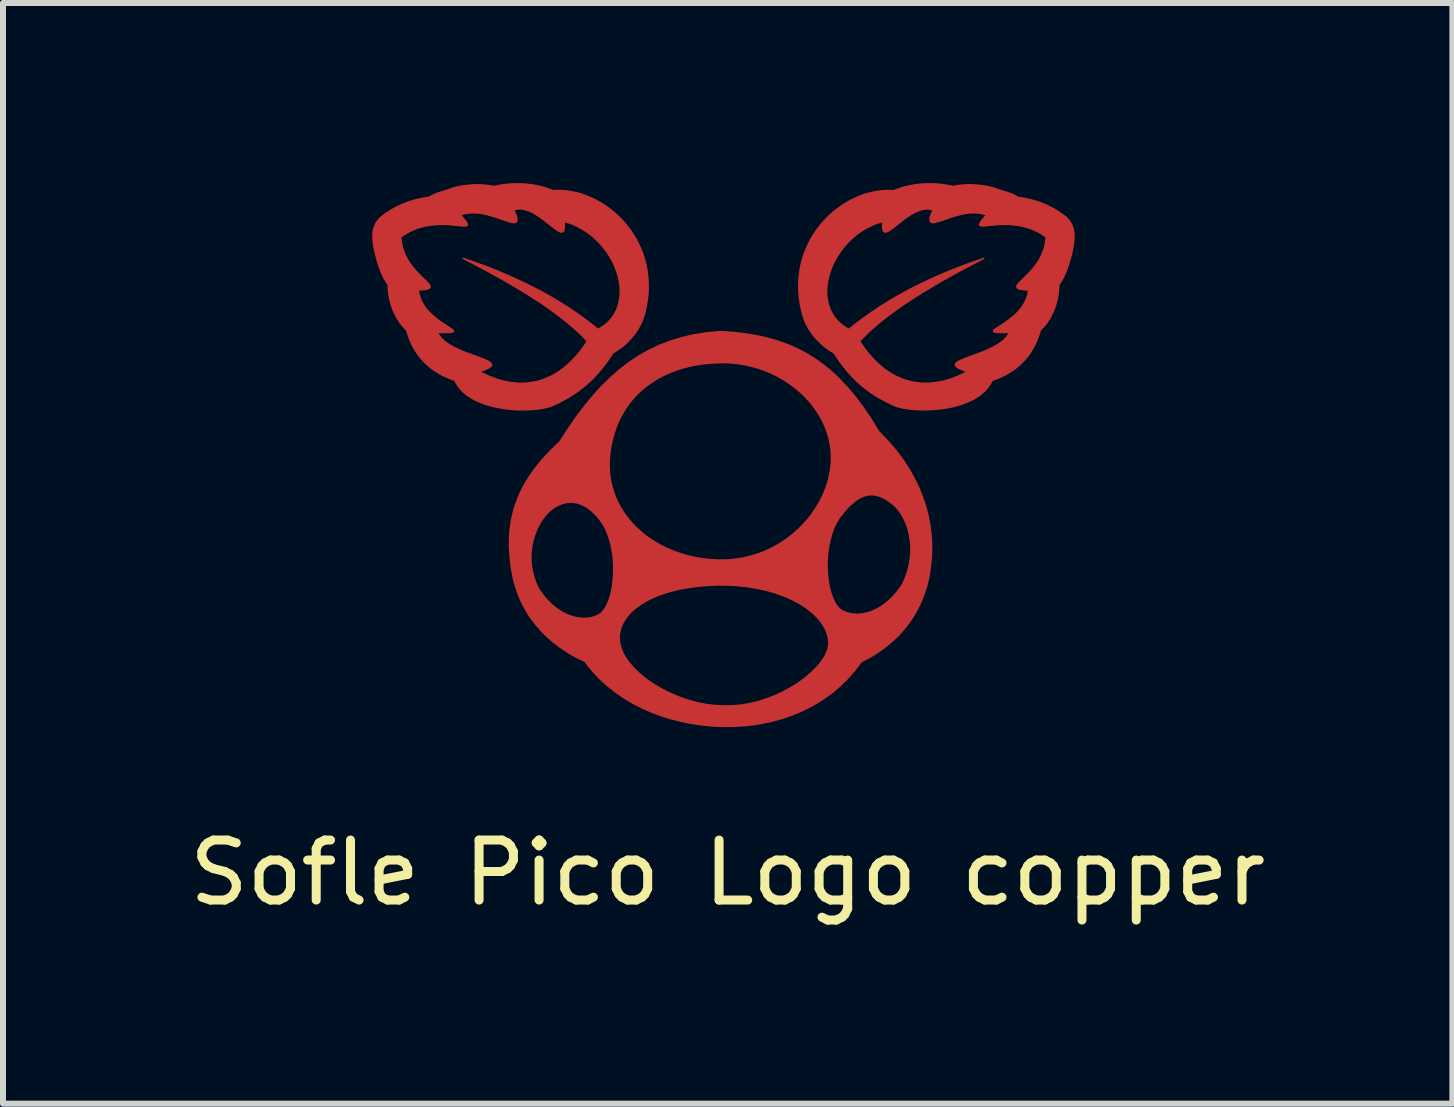
<source format=kicad_pcb>
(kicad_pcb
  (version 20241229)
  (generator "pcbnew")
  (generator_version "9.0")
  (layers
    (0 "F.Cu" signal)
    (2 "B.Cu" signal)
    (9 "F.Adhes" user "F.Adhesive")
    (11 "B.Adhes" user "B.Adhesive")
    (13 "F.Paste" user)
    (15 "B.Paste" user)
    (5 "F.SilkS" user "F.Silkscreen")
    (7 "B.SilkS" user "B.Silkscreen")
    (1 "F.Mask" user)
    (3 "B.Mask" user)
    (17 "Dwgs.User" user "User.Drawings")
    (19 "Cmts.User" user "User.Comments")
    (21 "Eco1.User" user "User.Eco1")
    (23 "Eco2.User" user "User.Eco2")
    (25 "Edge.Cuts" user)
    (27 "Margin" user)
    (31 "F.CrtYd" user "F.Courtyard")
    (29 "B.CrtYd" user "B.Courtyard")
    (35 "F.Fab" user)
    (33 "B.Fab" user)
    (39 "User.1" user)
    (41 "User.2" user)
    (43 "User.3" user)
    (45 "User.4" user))
  (footprint "Sofle Pico Logo copper"
    (layer "F.Cu")
    (at 9.007 4.535)
    (property "Reference" "Sofle Pico Logo copper" (at 0.07 6.96 0) (unlocked yes) (layer "F.SilkS") (effects (font (size 1 1) (thickness 0.15))))
    (fp_poly (pts (xy -3.387 -4.521) (xy -3.347 -4.52) (xy -3.307 -4.517) (xy -3.267 -4.514) (xy -3.228 -4.509) (xy -3.188 -4.504) (xy -3.148 -4.497) (xy -3.108 -4.49) (xy -3.069 -4.481) (xy -3.03 -4.472) (xy -2.991 -4.461) (xy -2.952 -4.449) (xy -2.914 -4.437) (xy -2.876 -4.423) (xy -2.839 -4.408) (xy -2.758 -4.411) (xy -2.676 -4.409) (xy -2.594 -4.401) (xy -2.512 -4.387) (xy -2.43 -4.368) (xy -2.348 -4.344) (xy -2.267 -4.315) (xy -2.188 -4.28) (xy -2.109 -4.241) (xy -2.032 -4.197) (xy -1.957 -4.148) (xy -1.885 -4.095) (xy -1.814 -4.038) (xy -1.747 -3.976) (xy -1.682 -3.91) (xy -1.621 -3.84) (xy -1.564 -3.766) (xy -1.51 -3.689) (xy -1.461 -3.608) (xy -1.416 -3.523) (xy -1.376 -3.435) (xy -1.341 -3.344) (xy -1.312 -3.25) (xy -1.288 -3.153) (xy -1.27 -3.053) (xy -1.259 -2.95) (xy -1.254 -2.845) (xy -1.255 -2.737) (xy -1.264 -2.627) (xy -1.281 -2.515) (xy -1.305 -2.4) (xy -1.337 -2.284) (xy -1.355 -2.238) (xy -1.375 -2.194) (xy -1.398 -2.15) (xy -1.422 -2.107) (xy -1.448 -2.066) (xy -1.476 -2.026) (xy -1.506 -1.987) (xy -1.538 -1.95) (xy -1.571 -1.914) (xy -1.606 -1.879) (xy -1.642 -1.846) (xy -1.68 -1.814) (xy -1.719 -1.784) (xy -1.759 -1.756) (xy -1.8 -1.729) (xy -1.842 -1.704) (xy -1.891 -1.63) (xy -1.94 -1.558) (xy -1.992 -1.49) (xy -2.044 -1.424) (xy -2.098 -1.36) (xy -2.155 -1.299) (xy -2.213 -1.241) (xy -2.275 -1.185) (xy -2.339 -1.131) (xy -2.405 -1.079) (xy -2.476 -1.03) (xy -2.55 -0.982) (xy -2.627 -0.937) (xy -2.709 -0.893) (xy -2.795 -0.851) (xy -2.885 -0.811) (xy -2.963 -0.791) (xy -3.053 -0.774) (xy -3.153 -0.762) (xy -3.261 -0.756) (xy -3.375 -0.754) (xy -3.494 -0.759) (xy -3.615 -0.771) (xy -3.736 -0.789) (xy -3.855 -0.815) (xy -3.97 -0.848) (xy -4.026 -0.869) (xy -4.08 -0.891) (xy -4.133 -0.915) (xy -4.183 -0.942) (xy -4.23 -0.971) (xy -4.275 -1.002) (xy -4.317 -1.036) (xy -4.356 -1.072) (xy -4.392 -1.111) (xy -4.424 -1.153) (xy -4.452 -1.197) (xy -4.476 -1.244) (xy -4.551 -1.273) (xy -4.597 -1.291) (xy -4.648 -1.314) (xy -4.702 -1.341) (xy -4.759 -1.374) (xy -4.818 -1.411) (xy -4.878 -1.455) (xy -4.937 -1.505) (xy -4.996 -1.562) (xy -5.025 -1.594) (xy -5.053 -1.627) (xy -5.081 -1.662) (xy -5.108 -1.7) (xy -5.133 -1.739) (xy -5.158 -1.781) (xy -5.182 -1.825) (xy -5.204 -1.872) (xy -5.225 -1.921) (xy -5.245 -1.972) (xy -5.263 -2.026) (xy -5.28 -2.083) (xy -5.316 -2.118) (xy -5.351 -2.157) (xy -5.384 -2.198) (xy -5.414 -2.242) (xy -5.442 -2.287) (xy -5.467 -2.335) (xy -5.491 -2.383) (xy -5.511 -2.433) (xy -5.53 -2.484) (xy -5.545 -2.536) (xy -5.559 -2.587) (xy -5.57 -2.639) (xy -5.578 -2.69) (xy -5.584 -2.74) (xy -5.587 -2.79) (xy -5.587 -2.838) (xy -5.607 -2.866) (xy -5.626 -2.895) (xy -5.644 -2.926) (xy -5.661 -2.957) (xy -5.677 -2.989) (xy -5.692 -3.023) (xy -5.706 -3.056) (xy -5.719 -3.091) (xy -5.744 -3.16) (xy -5.766 -3.23) (xy -5.786 -3.3) (xy -5.804 -3.367) (xy -5.812 -3.406) (xy -5.82 -3.445) (xy -5.827 -3.484) (xy -5.833 -3.524) (xy -5.838 -3.563) (xy -5.839 -3.583) (xy -5.841 -3.603) (xy -5.842 -3.623) (xy -5.842 -3.636) (xy -5.378 -3.636) (xy -5.372 -3.575) (xy -5.363 -3.516) (xy -5.35 -3.46) (xy -5.333 -3.406) (xy -5.313 -3.355) (xy -5.29 -3.307) (xy -5.266 -3.261) (xy -5.239 -3.218) (xy -5.211 -3.177) (xy -5.182 -3.138) (xy -5.122 -3.067) (xy -5.063 -3.005) (xy -5.008 -2.951) (xy -4.96 -2.904) (xy -4.921 -2.865) (xy -4.907 -2.847) (xy -4.897 -2.832) (xy -4.89 -2.818) (xy -4.888 -2.805) (xy -4.892 -2.794) (xy -4.9 -2.784) (xy -4.914 -2.775) (xy -4.934 -2.768) (xy -4.961 -2.762) (xy -4.995 -2.757) (xy -5.085 -2.75) (xy -5.077 -2.696) (xy -5.063 -2.644) (xy -5.046 -2.595) (xy -5.024 -2.549) (xy -4.999 -2.505) (xy -4.971 -2.463) (xy -4.94 -2.424) (xy -4.907 -2.387) (xy -4.873 -2.352) (xy -4.838 -2.32) (xy -4.766 -2.261) (xy -4.695 -2.21) (xy -4.63 -2.167) (xy -4.531 -2.102) (xy -4.515 -2.089) (xy -4.505 -2.079) (xy -4.5 -2.07) (xy -4.5 -2.062) (xy -4.506 -2.055) (xy -4.52 -2.05) (xy -4.54 -2.047) (xy -4.568 -2.044) (xy -4.649 -2.042) (xy -4.766 -2.045) (xy -4.746 -2.007) (xy -4.721 -1.971) (xy -4.691 -1.937) (xy -4.657 -1.905) (xy -4.618 -1.875) (xy -4.577 -1.846) (xy -4.533 -1.82) (xy -4.486 -1.795) (xy -4.389 -1.749) (xy -4.289 -1.708) (xy -4.098 -1.638) (xy -4.016 -1.607) (xy -3.947 -1.578) (xy -3.919 -1.564) (xy -3.897 -1.55) (xy -3.88 -1.536) (xy -3.869 -1.522) (xy -3.865 -1.508) (xy -3.868 -1.493) (xy -3.878 -1.478) (xy -3.897 -1.462) (xy -3.925 -1.446) (xy -3.962 -1.43) (xy -4.009 -1.412) (xy -4.066 -1.393) (xy -3.978 -1.348) (xy -3.884 -1.306) (xy -3.785 -1.268) (xy -3.68 -1.237) (xy -3.57 -1.214) (xy -3.457 -1.201) (xy -3.399 -1.198) (xy -3.34 -1.198) (xy -3.281 -1.201) (xy -3.222 -1.207) (xy -3.162 -1.217) (xy -3.101 -1.23) (xy -3.041 -1.248) (xy -2.98 -1.269) (xy -2.919 -1.294) (xy -2.858 -1.323) (xy -2.797 -1.357) (xy -2.736 -1.396) (xy -2.676 -1.44) (xy -2.616 -1.489) (xy -2.557 -1.543) (xy -2.498 -1.602) (xy -2.439 -1.667) (xy -2.382 -1.738) (xy -2.325 -1.814) (xy -2.269 -1.897) (xy -2.337 -1.97) (xy -2.412 -2.044) (xy -2.495 -2.119) (xy -2.585 -2.196) (xy -2.682 -2.275) (xy -2.788 -2.356) (xy -3.024 -2.524) (xy -3.296 -2.699) (xy -3.604 -2.883) (xy -3.951 -3.076) (xy -4.338 -3.279) (xy -4.18 -3.225) (xy -4.024 -3.169) (xy -3.87 -3.11) (xy -3.718 -3.049) (xy -3.569 -2.985) (xy -3.422 -2.918) (xy -3.277 -2.849) (xy -3.134 -2.778) (xy -2.994 -2.703) (xy -2.857 -2.626) (xy -2.722 -2.545) (xy -2.59 -2.462) (xy -2.461 -2.375) (xy -2.334 -2.285) (xy -2.211 -2.193) (xy -2.09 -2.096) (xy -2.025 -2.134) (xy -1.967 -2.176) (xy -1.915 -2.223) (xy -1.87 -2.273) (xy -1.831 -2.327) (xy -1.798 -2.384) (xy -1.771 -2.444) (xy -1.75 -2.506) (xy -1.735 -2.57) (xy -1.725 -2.636) (xy -1.72 -2.704) (xy -1.721 -2.773) (xy -1.728 -2.843) (xy -1.739 -2.913) (xy -1.755 -2.983) (xy -1.776 -3.054) (xy -1.802 -3.123) (xy -1.832 -3.193) (xy -1.867 -3.26) (xy -1.905 -3.327) (xy -1.949 -3.392) (xy -1.996 -3.454) (xy -2.046 -3.515) (xy -2.101 -3.572) (xy -2.159 -3.627) (xy -2.221 -3.678) (xy -2.286 -3.725) (xy -2.355 -3.768) (xy -2.426 -3.807) (xy -2.5 -3.842) (xy -2.578 -3.871) (xy -2.658 -3.894) (xy -2.654 -3.851) (xy -2.652 -3.814) (xy -2.653 -3.784) (xy -2.657 -3.759) (xy -2.663 -3.741) (xy -2.672 -3.728) (xy -2.682 -3.72) (xy -2.695 -3.717) (xy -2.71 -3.718) (xy -2.727 -3.723) (xy -2.746 -3.732) (xy -2.766 -3.744) (xy -2.812 -3.776) (xy -2.864 -3.816) (xy -2.984 -3.912) (xy -3.05 -3.961) (xy -3.119 -4.007) (xy -3.154 -4.028) (xy -3.191 -4.047) (xy -3.227 -4.064) (xy -3.264 -4.078) (xy -3.301 -4.089) (xy -3.339 -4.097) (xy -3.376 -4.102) (xy -3.414 -4.102) (xy -3.424 -4.102) (xy -3.434 -4.101) (xy -3.444 -4.099) (xy -3.454 -4.098) (xy -3.464 -4.096) (xy -3.474 -4.093) (xy -3.484 -4.091) (xy -3.494 -4.088) (xy -3.459 -4.003) (xy -3.449 -3.97) (xy -3.443 -3.943) (xy -3.442 -3.92) (xy -3.444 -3.903) (xy -3.451 -3.89) (xy -3.461 -3.881) (xy -3.475 -3.876) (xy -3.493 -3.875) (xy -3.514 -3.877) (xy -3.537 -3.881) (xy -3.593 -3.897) (xy -3.66 -3.919) (xy -3.817 -3.973) (xy -3.905 -3.999) (xy -3.997 -4.021) (xy -4.045 -4.029) (xy -4.093 -4.035) (xy -4.142 -4.038) (xy -4.19 -4.038) (xy -4.239 -4.035) (xy -4.288 -4.029) (xy -4.336 -4.018) (xy -4.384 -4.004) (xy -4.322 -3.932) (xy -4.284 -3.881) (xy -4.274 -3.862) (xy -4.27 -3.846) (xy -4.27 -3.835) (xy -4.276 -3.827) (xy -4.287 -3.821) (xy -4.303 -3.819) (xy -4.347 -3.819) (xy -4.482 -3.833) (xy -4.569 -3.841) (xy -4.666 -3.845) (xy -4.773 -3.843) (xy -4.887 -3.832) (xy -4.946 -3.822) (xy -5.006 -3.809) (xy -5.067 -3.792) (xy -5.129 -3.771) (xy -5.191 -3.745) (xy -5.253 -3.714) (xy -5.316 -3.678) (xy -5.378 -3.636) (xy -5.842 -3.636) (xy -5.842 -3.643) (xy -5.842 -3.663) (xy -5.841 -3.683) (xy -5.84 -3.703) (xy -5.838 -3.723) (xy -5.834 -3.743) (xy -5.83 -3.763) (xy -5.825 -3.783) (xy -5.819 -3.802) (xy -5.811 -3.821) (xy -5.803 -3.839) (xy -5.794 -3.857) (xy -5.784 -3.875) (xy -5.773 -3.892) (xy -5.761 -3.909) (xy -5.749 -3.924) (xy -5.735 -3.94) (xy -5.721 -3.954) (xy -5.706 -3.968) (xy -5.663 -4.001) (xy -5.618 -4.033) (xy -5.573 -4.063) (xy -5.526 -4.092) (xy -5.478 -4.119) (xy -5.429 -4.144) (xy -5.38 -4.167) (xy -5.33 -4.188) (xy -5.279 -4.208) (xy -5.227 -4.226) (xy -5.175 -4.242) (xy -5.122 -4.257) (xy -5.068 -4.269) (xy -5.015 -4.28) (xy -4.961 -4.289) (xy -4.907 -4.296) (xy -4.885 -4.31) (xy -4.863 -4.323) (xy -4.84 -4.334) (xy -4.818 -4.345) (xy -4.794 -4.355) (xy -4.771 -4.364) (xy -4.722 -4.38) (xy -4.622 -4.411) (xy -4.57 -4.428) (xy -4.544 -4.437) (xy -4.518 -4.447) (xy -4.479 -4.458) (xy -4.439 -4.468) (xy -4.397 -4.478) (xy -4.354 -4.485) (xy -4.31 -4.492) (xy -4.265 -4.497) (xy -4.219 -4.501) (xy -4.173 -4.504) (xy -4.128 -4.506) (xy -4.082 -4.506) (xy -4.037 -4.504) (xy -3.992 -4.502) (xy -3.949 -4.497) (xy -3.906 -4.492) (xy -3.865 -4.485) (xy -3.826 -4.476) (xy -3.783 -4.486) (xy -3.74 -4.495) (xy -3.696 -4.502) (xy -3.651 -4.508) (xy -3.606 -4.514) (xy -3.56 -4.518) (xy -3.513 -4.52) (xy -3.466 -4.522) (xy -3.427 -4.522)) (stroke (width 0.023) (type solid)) (fill yes) (layer "F.Cu"))
    (fp_poly (pts (xy 3.466 -4.522) (xy 3.513 -4.52) (xy 3.56 -4.518) (xy 3.606 -4.514) (xy 3.651 -4.508) (xy 3.696 -4.502) (xy 3.74 -4.495) (xy 3.783 -4.486) (xy 3.826 -4.476) (xy 3.865 -4.485) (xy 3.906 -4.492) (xy 3.949 -4.497) (xy 3.992 -4.502) (xy 4.037 -4.504) (xy 4.082 -4.506) (xy 4.128 -4.506) (xy 4.173 -4.504) (xy 4.219 -4.501) (xy 4.265 -4.497) (xy 4.31 -4.492) (xy 4.354 -4.485) (xy 4.397 -4.478) (xy 4.439 -4.468) (xy 4.479 -4.458) (xy 4.518 -4.447) (xy 4.544 -4.437) (xy 4.57 -4.428) (xy 4.622 -4.411) (xy 4.722 -4.38) (xy 4.771 -4.364) (xy 4.794 -4.355) (xy 4.818 -4.345) (xy 4.84 -4.334) (xy 4.863 -4.323) (xy 4.885 -4.31) (xy 4.907 -4.296) (xy 4.961 -4.289) (xy 5.015 -4.28) (xy 5.068 -4.269) (xy 5.122 -4.257) (xy 5.175 -4.242) (xy 5.227 -4.226) (xy 5.279 -4.208) (xy 5.33 -4.188) (xy 5.38 -4.167) (xy 5.429 -4.144) (xy 5.478 -4.119) (xy 5.526 -4.092) (xy 5.573 -4.063) (xy 5.618 -4.033) (xy 5.663 -4.001) (xy 5.706 -3.968) (xy 5.721 -3.954) (xy 5.735 -3.94) (xy 5.749 -3.924) (xy 5.761 -3.909) (xy 5.773 -3.892) (xy 5.784 -3.875) (xy 5.794 -3.857) (xy 5.803 -3.839) (xy 5.811 -3.821) (xy 5.819 -3.802) (xy 5.825 -3.783) (xy 5.83 -3.763) (xy 5.834 -3.743) (xy 5.838 -3.723) (xy 5.84 -3.703) (xy 5.841 -3.683) (xy 5.842 -3.663) (xy 5.842 -3.643) (xy 5.842 -3.623) (xy 5.841 -3.603) (xy 5.839 -3.583) (xy 5.838 -3.563) (xy 5.833 -3.524) (xy 5.827 -3.484) (xy 5.82 -3.445) (xy 5.812 -3.406) (xy 5.804 -3.367) (xy 5.786 -3.3) (xy 5.766 -3.23) (xy 5.744 -3.16) (xy 5.719 -3.091) (xy 5.706 -3.056) (xy 5.692 -3.023) (xy 5.677 -2.989) (xy 5.661 -2.957) (xy 5.644 -2.926) (xy 5.626 -2.895) (xy 5.607 -2.866) (xy 5.587 -2.838) (xy 5.587 -2.79) (xy 5.584 -2.74) (xy 5.578 -2.69) (xy 5.57 -2.639) (xy 5.559 -2.587) (xy 5.545 -2.536) (xy 5.53 -2.484) (xy 5.511 -2.433) (xy 5.491 -2.383) (xy 5.467 -2.335) (xy 5.442 -2.287) (xy 5.414 -2.242) (xy 5.384 -2.198) (xy 5.351 -2.157) (xy 5.316 -2.118) (xy 5.28 -2.083) (xy 5.263 -2.026) (xy 5.245 -1.972) (xy 5.225 -1.921) (xy 5.204 -1.872) (xy 5.182 -1.825) (xy 5.158 -1.781) (xy 5.133 -1.739) (xy 5.108 -1.7) (xy 5.081 -1.662) (xy 5.053 -1.627) (xy 5.025 -1.594) (xy 4.996 -1.562) (xy 4.937 -1.505) (xy 4.878 -1.455) (xy 4.818 -1.411) (xy 4.759 -1.374) (xy 4.702 -1.341) (xy 4.648 -1.314) (xy 4.597 -1.291) (xy 4.551 -1.273) (xy 4.476 -1.244) (xy 4.452 -1.197) (xy 4.424 -1.153) (xy 4.392 -1.111) (xy 4.356 -1.072) (xy 4.317 -1.036) (xy 4.275 -1.002) (xy 4.23 -0.971) (xy 4.183 -0.942) (xy 4.133 -0.915) (xy 4.08 -0.891) (xy 4.026 -0.869) (xy 3.97 -0.848) (xy 3.855 -0.815) (xy 3.736 -0.789) (xy 3.615 -0.771) (xy 3.494 -0.759) (xy 3.375 -0.754) (xy 3.261 -0.756) (xy 3.153 -0.762) (xy 3.053 -0.774) (xy 2.963 -0.791) (xy 2.885 -0.811) (xy 2.795 -0.851) (xy 2.709 -0.893) (xy 2.627 -0.937) (xy 2.55 -0.982) (xy 2.476 -1.03) (xy 2.405 -1.079) (xy 2.339 -1.131) (xy 2.275 -1.185) (xy 2.213 -1.241) (xy 2.155 -1.299) (xy 2.098 -1.36) (xy 2.044 -1.424) (xy 1.992 -1.49) (xy 1.94 -1.558) (xy 1.891 -1.63) (xy 1.842 -1.704) (xy 1.8 -1.729) (xy 1.759 -1.756) (xy 1.719 -1.784) (xy 1.68 -1.814) (xy 1.642 -1.846) (xy 1.606 -1.879) (xy 1.571 -1.914) (xy 1.538 -1.95) (xy 1.506 -1.987) (xy 1.476 -2.026) (xy 1.448 -2.066) (xy 1.422 -2.107) (xy 1.398 -2.15) (xy 1.375 -2.194) (xy 1.355 -2.238) (xy 1.337 -2.284) (xy 1.305 -2.4) (xy 1.281 -2.515) (xy 1.264 -2.627) (xy 1.258 -2.704) (xy 1.72 -2.704) (xy 1.725 -2.636) (xy 1.735 -2.57) (xy 1.75 -2.506) (xy 1.771 -2.444) (xy 1.798 -2.384) (xy 1.831 -2.327) (xy 1.87 -2.273) (xy 1.915 -2.223) (xy 1.967 -2.176) (xy 2.025 -2.134) (xy 2.09 -2.096) (xy 2.211 -2.193) (xy 2.334 -2.285) (xy 2.461 -2.375) (xy 2.59 -2.462) (xy 2.722 -2.545) (xy 2.857 -2.626) (xy 2.994 -2.703) (xy 3.134 -2.778) (xy 3.277 -2.849) (xy 3.422 -2.918) (xy 3.569 -2.985) (xy 3.718 -3.049) (xy 3.87 -3.11) (xy 4.024 -3.169) (xy 4.18 -3.225) (xy 4.338 -3.279) (xy 3.951 -3.076) (xy 3.604 -2.883) (xy 3.296 -2.699) (xy 3.024 -2.524) (xy 2.788 -2.356) (xy 2.682 -2.275) (xy 2.585 -2.196) (xy 2.495 -2.119) (xy 2.412 -2.044) (xy 2.337 -1.97) (xy 2.269 -1.897) (xy 2.325 -1.814) (xy 2.382 -1.738) (xy 2.439 -1.667) (xy 2.498 -1.602) (xy 2.557 -1.543) (xy 2.616 -1.489) (xy 2.676 -1.44) (xy 2.736 -1.396) (xy 2.797 -1.357) (xy 2.858 -1.323) (xy 2.919 -1.294) (xy 2.98 -1.269) (xy 3.041 -1.248) (xy 3.101 -1.23) (xy 3.162 -1.217) (xy 3.222 -1.207) (xy 3.281 -1.201) (xy 3.34 -1.198) (xy 3.399 -1.198) (xy 3.457 -1.201) (xy 3.57 -1.214) (xy 3.68 -1.237) (xy 3.785 -1.268) (xy 3.884 -1.306) (xy 3.978 -1.348) (xy 4.066 -1.393) (xy 4.009 -1.412) (xy 3.962 -1.43) (xy 3.925 -1.446) (xy 3.897 -1.462) (xy 3.878 -1.478) (xy 3.868 -1.493) (xy 3.865 -1.508) (xy 3.869 -1.522) (xy 3.88 -1.536) (xy 3.897 -1.55) (xy 3.919 -1.564) (xy 3.947 -1.578) (xy 4.016 -1.607) (xy 4.098 -1.638) (xy 4.289 -1.708) (xy 4.389 -1.749) (xy 4.486 -1.795) (xy 4.533 -1.82) (xy 4.577 -1.846) (xy 4.618 -1.875) (xy 4.657 -1.905) (xy 4.691 -1.937) (xy 4.721 -1.971) (xy 4.746 -2.007) (xy 4.766 -2.045) (xy 4.649 -2.042) (xy 4.568 -2.044) (xy 4.54 -2.047) (xy 4.52 -2.05) (xy 4.506 -2.055) (xy 4.5 -2.062) (xy 4.5 -2.07) (xy 4.505 -2.079) (xy 4.515 -2.089) (xy 4.531 -2.102) (xy 4.63 -2.167) (xy 4.695 -2.21) (xy 4.766 -2.261) (xy 4.838 -2.32) (xy 4.873 -2.352) (xy 4.907 -2.387) (xy 4.94 -2.424) (xy 4.971 -2.463) (xy 4.999 -2.505) (xy 5.024 -2.549) (xy 5.046 -2.595) (xy 5.063 -2.644) (xy 5.077 -2.696) (xy 5.085 -2.75) (xy 4.995 -2.757) (xy 4.961 -2.762) (xy 4.934 -2.768) (xy 4.914 -2.775) (xy 4.9 -2.784) (xy 4.892 -2.794) (xy 4.888 -2.805) (xy 4.89 -2.818) (xy 4.897 -2.832) (xy 4.907 -2.847) (xy 4.921 -2.865) (xy 4.96 -2.904) (xy 5.008 -2.951) (xy 5.063 -3.005) (xy 5.122 -3.067) (xy 5.182 -3.138) (xy 5.211 -3.177) (xy 5.239 -3.218) (xy 5.266 -3.261) (xy 5.29 -3.307) (xy 5.313 -3.355) (xy 5.333 -3.406) (xy 5.35 -3.46) (xy 5.363 -3.516) (xy 5.372 -3.575) (xy 5.378 -3.636) (xy 5.316 -3.678) (xy 5.253 -3.714) (xy 5.191 -3.745) (xy 5.129 -3.771) (xy 5.067 -3.792) (xy 5.006 -3.809) (xy 4.946 -3.822) (xy 4.887 -3.832) (xy 4.773 -3.843) (xy 4.666 -3.845) (xy 4.569 -3.841) (xy 4.482 -3.833) (xy 4.347 -3.819) (xy 4.303 -3.819) (xy 4.287 -3.821) (xy 4.276 -3.827) (xy 4.27 -3.835) (xy 4.27 -3.846) (xy 4.274 -3.862) (xy 4.284 -3.881) (xy 4.322 -3.932) (xy 4.384 -4.004) (xy 4.336 -4.018) (xy 4.288 -4.029) (xy 4.239 -4.035) (xy 4.19 -4.038) (xy 4.142 -4.038) (xy 4.093 -4.035) (xy 4.045 -4.029) (xy 3.997 -4.021) (xy 3.905 -3.999) (xy 3.817 -3.973) (xy 3.66 -3.919) (xy 3.593 -3.897) (xy 3.537 -3.881) (xy 3.514 -3.877) (xy 3.493 -3.875) (xy 3.475 -3.876) (xy 3.461 -3.881) (xy 3.451 -3.89) (xy 3.444 -3.903) (xy 3.442 -3.92) (xy 3.443 -3.943) (xy 3.449 -3.97) (xy 3.459 -4.003) (xy 3.494 -4.088) (xy 3.484 -4.091) (xy 3.474 -4.093) (xy 3.464 -4.096) (xy 3.454 -4.098) (xy 3.444 -4.099) (xy 3.434 -4.101) (xy 3.424 -4.102) (xy 3.414 -4.102) (xy 3.376 -4.102) (xy 3.339 -4.097) (xy 3.301 -4.089) (xy 3.264 -4.078) (xy 3.227 -4.064) (xy 3.191 -4.047) (xy 3.154 -4.028) (xy 3.119 -4.007) (xy 3.05 -3.961) (xy 2.984 -3.912) (xy 2.864 -3.816) (xy 2.812 -3.776) (xy 2.766 -3.744) (xy 2.746 -3.732) (xy 2.727 -3.723) (xy 2.71 -3.718) (xy 2.695 -3.717) (xy 2.682 -3.72) (xy 2.672 -3.728) (xy 2.663 -3.741) (xy 2.657 -3.759) (xy 2.653 -3.784) (xy 2.652 -3.814) (xy 2.654 -3.851) (xy 2.658 -3.894) (xy 2.578 -3.871) (xy 2.5 -3.842) (xy 2.426 -3.807) (xy 2.355 -3.768) (xy 2.286 -3.725) (xy 2.221 -3.678) (xy 2.159 -3.627) (xy 2.101 -3.572) (xy 2.046 -3.515) (xy 1.996 -3.454) (xy 1.949 -3.392) (xy 1.905 -3.327) (xy 1.867 -3.26) (xy 1.832 -3.193) (xy 1.802 -3.123) (xy 1.776 -3.054) (xy 1.755 -2.983) (xy 1.739 -2.913) (xy 1.728 -2.843) (xy 1.721 -2.773) (xy 1.72 -2.704) (xy 1.258 -2.704) (xy 1.255 -2.737) (xy 1.254 -2.845) (xy 1.259 -2.95) (xy 1.27 -3.053) (xy 1.288 -3.153) (xy 1.312 -3.25) (xy 1.341 -3.344) (xy 1.376 -3.435) (xy 1.416 -3.523) (xy 1.461 -3.608) (xy 1.51 -3.689) (xy 1.564 -3.766) (xy 1.621 -3.84) (xy 1.682 -3.91) (xy 1.747 -3.976) (xy 1.814 -4.038) (xy 1.885 -4.095) (xy 1.957 -4.148) (xy 2.032 -4.197) (xy 2.109 -4.241) (xy 2.188 -4.28) (xy 2.267 -4.315) (xy 2.348 -4.344) (xy 2.43 -4.368) (xy 2.512 -4.387) (xy 2.594 -4.401) (xy 2.676 -4.409) (xy 2.758 -4.411) (xy 2.839 -4.408) (xy 2.876 -4.423) (xy 2.914 -4.437) (xy 2.952 -4.449) (xy 2.991 -4.461) (xy 3.03 -4.472) (xy 3.069 -4.481) (xy 3.108 -4.49) (xy 3.148 -4.497) (xy 3.188 -4.504) (xy 3.228 -4.509) (xy 3.267 -4.514) (xy 3.307 -4.517) (xy 3.347 -4.52) (xy 3.387 -4.521) (xy 3.427 -4.522)) (stroke (width 0.023) (type solid)) (fill yes) (layer "F.Cu"))
    (fp_poly (pts (xy -0.047 -2.071) (xy 0.18 -2.055) (xy 0.396 -2.029) (xy 0.601 -1.993) (xy 0.7 -1.97) (xy 0.797 -1.945) (xy 0.891 -1.917) (xy 0.983 -1.886) (xy 1.072 -1.853) (xy 1.16 -1.816) (xy 1.245 -1.777) (xy 1.329 -1.734) (xy 1.411 -1.688) (xy 1.491 -1.64) (xy 1.569 -1.588) (xy 1.646 -1.532) (xy 1.721 -1.474) (xy 1.795 -1.412) (xy 1.867 -1.347) (xy 1.938 -1.279) (xy 2.077 -1.131) (xy 2.212 -0.97) (xy 2.343 -0.794) (xy 2.471 -0.604) (xy 2.598 -0.398) (xy 2.712 -0.282) (xy 2.821 -0.16) (xy 2.924 -0.034) (xy 3.019 0.098) (xy 3.107 0.235) (xy 3.186 0.376) (xy 3.258 0.522) (xy 3.32 0.672) (xy 3.373 0.826) (xy 3.416 0.984) (xy 3.448 1.146) (xy 3.47 1.311) (xy 3.48 1.479) (xy 3.479 1.651) (xy 3.465 1.825) (xy 3.439 2.003) (xy 3.421 2.09) (xy 3.4 2.174) (xy 3.376 2.255) (xy 3.349 2.333) (xy 3.32 2.408) (xy 3.289 2.48) (xy 3.256 2.548) (xy 3.22 2.614) (xy 3.184 2.677) (xy 3.145 2.737) (xy 3.106 2.794) (xy 3.065 2.849) (xy 3.023 2.901) (xy 2.981 2.95) (xy 2.938 2.997) (xy 2.894 3.041) (xy 2.807 3.122) (xy 2.721 3.194) (xy 2.636 3.256) (xy 2.556 3.311) (xy 2.481 3.358) (xy 2.412 3.397) (xy 2.302 3.454) (xy 2.249 3.527) (xy 2.194 3.597) (xy 2.079 3.729) (xy 1.957 3.849) (xy 1.828 3.959) (xy 1.693 4.058) (xy 1.554 4.146) (xy 1.41 4.225) (xy 1.264 4.294) (xy 1.114 4.354) (xy 0.963 4.404) (xy 0.811 4.446) (xy 0.658 4.479) (xy 0.506 4.504) (xy 0.355 4.521) (xy 0.206 4.531) (xy 0.06 4.533) (xy -0.094 4.53) (xy -0.251 4.52) (xy -0.411 4.502) (xy -0.572 4.476) (xy -0.733 4.442) (xy -0.895 4.4) (xy -1.055 4.349) (xy -1.213 4.29) (xy -1.369 4.22) (xy -1.521 4.142) (xy -1.669 4.053) (xy -1.812 3.954) (xy -1.949 3.844) (xy -2.015 3.785) (xy -2.079 3.724) (xy -2.141 3.659) (xy -2.201 3.592) (xy -2.259 3.522) (xy -2.315 3.449) (xy -2.433 3.391) (xy -2.506 3.352) (xy -2.586 3.306) (xy -2.671 3.251) (xy -2.761 3.188) (xy -2.852 3.117) (xy -2.937 3.043) (xy -1.726 3.043) (xy -1.723 3.095) (xy -1.715 3.147) (xy -1.701 3.199) (xy -1.683 3.25) (xy -1.66 3.302) (xy -1.632 3.353) (xy -1.599 3.403) (xy -1.563 3.453) (xy -1.478 3.55) (xy -1.379 3.644) (xy -1.268 3.733) (xy -1.145 3.816) (xy -1.014 3.893) (xy -0.875 3.962) (xy -0.73 4.022) (xy -0.582 4.074) (xy -0.431 4.115) (xy -0.279 4.145) (xy -0.128 4.162) (xy 0.02 4.167) (xy 0.102 4.167) (xy 0.184 4.163) (xy 0.265 4.156) (xy 0.346 4.145) (xy 0.426 4.13) (xy 0.505 4.113) (xy 0.583 4.093) (xy 0.659 4.069) (xy 0.735 4.044) (xy 0.808 4.016) (xy 0.88 3.985) (xy 0.951 3.953) (xy 1.019 3.918) (xy 1.085 3.882) (xy 1.149 3.845) (xy 1.211 3.806) (xy 1.27 3.766) (xy 1.326 3.724) (xy 1.379 3.682) (xy 1.429 3.64) (xy 1.477 3.596) (xy 1.52 3.553) (xy 1.561 3.509) (xy 1.598 3.466) (xy 1.631 3.422) (xy 1.66 3.379) (xy 1.685 3.337) (xy 1.705 3.295) (xy 1.722 3.254) (xy 1.734 3.214) (xy 1.741 3.176) (xy 1.743 3.139) (xy 1.742 3.095) (xy 1.736 3.051) (xy 1.726 3.007) (xy 1.713 2.963) (xy 1.695 2.92) (xy 1.674 2.877) (xy 1.62 2.792) (xy 1.552 2.71) (xy 1.47 2.631) (xy 1.375 2.557) (xy 1.268 2.486) (xy 1.148 2.422) (xy 1.016 2.363) (xy 0.873 2.311) (xy 0.72 2.266) (xy 0.556 2.23) (xy 0.383 2.202) (xy 0.201 2.184) (xy 0.01 2.176) (xy -0.088 2.177) (xy -0.183 2.18) (xy -0.277 2.185) (xy -0.368 2.192) (xy -0.456 2.201) (xy -0.542 2.213) (xy -0.626 2.226) (xy -0.707 2.241) (xy -0.785 2.258) (xy -0.861 2.277) (xy -0.933 2.298) (xy -1.003 2.32) (xy -1.07 2.344) (xy -1.134 2.37) (xy -1.195 2.397) (xy -1.253 2.426) (xy -1.308 2.456) (xy -1.36 2.488) (xy -1.409 2.521) (xy -1.454 2.555) (xy -1.496 2.59) (xy -1.535 2.627) (xy -1.57 2.664) (xy -1.602 2.703) (xy -1.63 2.743) (xy -1.655 2.783) (xy -1.676 2.825) (xy -1.694 2.867) (xy -1.707 2.91) (xy -1.717 2.954) (xy -1.724 2.998) (xy -1.726 3.043) (xy -2.937 3.043) (xy -2.945 3.036) (xy -3.037 2.945) (xy -3.126 2.844) (xy -3.212 2.732) (xy -3.253 2.672) (xy -3.292 2.609) (xy -3.329 2.543) (xy -3.365 2.475) (xy -3.398 2.403) (xy -3.429 2.328) (xy -3.457 2.25) (xy -3.482 2.169) (xy -3.505 2.085) (xy -3.524 1.997) (xy -3.54 1.909) (xy -3.553 1.822) (xy -3.564 1.737) (xy -3.567 1.702) (xy -3.198 1.702) (xy -3.194 1.799) (xy -3.189 1.848) (xy -3.181 1.899) (xy -3.17 1.95) (xy -3.157 2.002) (xy -3.141 2.054) (xy -3.122 2.108) (xy -3.1 2.161) (xy -3.075 2.215) (xy -3.045 2.261) (xy -3.014 2.304) (xy -2.983 2.345) (xy -2.95 2.383) (xy -2.917 2.419) (xy -2.884 2.453) (xy -2.85 2.485) (xy -2.816 2.514) (xy -2.782 2.541) (xy -2.747 2.566) (xy -2.712 2.589) (xy -2.677 2.61) (xy -2.642 2.629) (xy -2.606 2.645) (xy -2.571 2.66) (xy -2.536 2.673) (xy -2.502 2.683) (xy -2.467 2.692) (xy -2.433 2.699) (xy -2.4 2.704) (xy -2.366 2.707) (xy -2.334 2.709) (xy -2.302 2.708) (xy -2.27 2.706) (xy -2.24 2.702) (xy -2.21 2.697) (xy -2.181 2.69) (xy -2.153 2.681) (xy -2.126 2.67) (xy -2.101 2.659) (xy -2.076 2.645) (xy -2.052 2.63) (xy -2.029 2.607) (xy -2.007 2.581) (xy -1.985 2.551) (xy -1.966 2.518) (xy -1.93 2.443) (xy -1.9 2.358) (xy -1.876 2.263) (xy -1.858 2.162) (xy -1.846 2.054) (xy -1.84 1.943) (xy -1.841 1.874) (xy 1.739 1.874) (xy 1.745 1.985) (xy 1.757 2.093) (xy 1.775 2.194) (xy 1.799 2.289) (xy 1.829 2.374) (xy 1.846 2.413) (xy 1.865 2.449) (xy 1.884 2.482) (xy 1.905 2.512) (xy 1.928 2.539) (xy 1.951 2.561) (xy 1.975 2.576) (xy 1.999 2.59) (xy 2.025 2.602) (xy 2.052 2.612) (xy 2.08 2.621) (xy 2.109 2.628) (xy 2.139 2.633) (xy 2.169 2.637) (xy 2.201 2.639) (xy 2.233 2.64) (xy 2.265 2.638) (xy 2.298 2.635) (xy 2.332 2.63) (xy 2.366 2.623) (xy 2.401 2.614) (xy 2.435 2.604) (xy 2.47 2.591) (xy 2.505 2.576) (xy 2.54 2.56) (xy 2.576 2.541) (xy 2.611 2.52) (xy 2.646 2.497) (xy 2.68 2.472) (xy 2.715 2.445) (xy 2.749 2.416) (xy 2.783 2.384) (xy 2.816 2.351) (xy 2.849 2.314) (xy 2.881 2.276) (xy 2.913 2.235) (xy 2.944 2.192) (xy 2.974 2.147) (xy 2.999 2.092) (xy 3.022 2.038) (xy 3.041 1.984) (xy 3.058 1.931) (xy 3.073 1.877) (xy 3.085 1.825) (xy 3.095 1.772) (xy 3.102 1.721) (xy 3.108 1.67) (xy 3.111 1.619) (xy 3.112 1.57) (xy 3.111 1.521) (xy 3.108 1.473) (xy 3.103 1.426) (xy 3.097 1.38) (xy 3.089 1.335) (xy 3.079 1.292) (xy 3.068 1.249) (xy 3.056 1.208) (xy 3.042 1.168) (xy 3.027 1.129) (xy 3.011 1.092) (xy 2.993 1.057) (xy 2.975 1.023) (xy 2.956 0.991) (xy 2.936 0.96) (xy 2.915 0.931) (xy 2.894 0.904) (xy 2.872 0.879) (xy 2.849 0.856) (xy 2.826 0.835) (xy 2.803 0.816) (xy 2.783 0.8) (xy 2.762 0.786) (xy 2.742 0.771) (xy 2.721 0.758) (xy 2.701 0.745) (xy 2.68 0.734) (xy 2.66 0.723) (xy 2.639 0.713) (xy 2.618 0.704) (xy 2.597 0.696) (xy 2.576 0.689) (xy 2.555 0.683) (xy 2.534 0.679) (xy 2.512 0.675) (xy 2.49 0.673) (xy 2.469 0.672) (xy 2.469 0.672) (xy 2.44 0.674) (xy 2.411 0.677) (xy 2.382 0.683) (xy 2.352 0.691) (xy 2.322 0.703) (xy 2.292 0.717) (xy 2.261 0.733) (xy 2.229 0.753) (xy 2.197 0.776) (xy 2.164 0.803) (xy 2.13 0.832) (xy 2.096 0.865) (xy 2.061 0.902) (xy 2.026 0.942) (xy 1.99 0.986) (xy 1.952 1.034) (xy 1.925 1.075) (xy 1.899 1.118) (xy 1.875 1.164) (xy 1.853 1.212) (xy 1.833 1.262) (xy 1.816 1.314) (xy 1.786 1.421) (xy 1.763 1.532) (xy 1.748 1.646) (xy 1.74 1.76) (xy 1.739 1.874) (xy -1.841 1.874) (xy -1.841 1.829) (xy -1.849 1.715) (xy -1.864 1.601) (xy -1.887 1.49) (xy -1.917 1.383) (xy -1.954 1.281) (xy -1.976 1.233) (xy -2 1.187) (xy -2.026 1.144) (xy -2.054 1.102) (xy -2.087 1.06) (xy -2.12 1.021) (xy -2.153 0.986) (xy -2.186 0.955) (xy -2.219 0.926) (xy -2.251 0.901) (xy -2.283 0.879) (xy -2.315 0.859) (xy -2.347 0.843) (xy -2.378 0.829) (xy -2.409 0.818) (xy -2.439 0.809) (xy -2.469 0.803) (xy -2.499 0.799) (xy -2.528 0.796) (xy -2.557 0.796) (xy -2.557 0.796) (xy -2.571 0.797) (xy -2.585 0.798) (xy -2.598 0.8) (xy -2.612 0.802) (xy -2.639 0.807) (xy -2.665 0.813) (xy -2.69 0.821) (xy -2.715 0.831) (xy -2.739 0.841) (xy -2.763 0.853) (xy -2.785 0.865) (xy -2.807 0.878) (xy -2.828 0.892) (xy -2.848 0.906) (xy -2.867 0.921) (xy -2.885 0.936) (xy -2.902 0.952) (xy -2.918 0.967) (xy -2.951 1.002) (xy -2.984 1.044) (xy -3.019 1.093) (xy -3.053 1.15) (xy -3.086 1.212) (xy -3.116 1.281) (xy -3.143 1.356) (xy -3.166 1.435) (xy -3.183 1.52) (xy -3.194 1.609) (xy -3.198 1.702) (xy -3.567 1.702) (xy -3.571 1.653) (xy -3.576 1.571) (xy -3.578 1.491) (xy -3.578 1.412) (xy -3.574 1.334) (xy -3.568 1.257) (xy -3.56 1.182) (xy -3.548 1.108) (xy -3.534 1.035) (xy -3.518 0.964) (xy -3.498 0.894) (xy -3.477 0.824) (xy -3.452 0.756) (xy -3.426 0.689) (xy -3.397 0.623) (xy -3.365 0.558) (xy -3.331 0.493) (xy -3.255 0.367) (xy -3.17 0.244) (xy -3.125 0.186) (xy -1.893 0.186) (xy -1.889 0.277) (xy -1.879 0.365) (xy -1.864 0.452) (xy -1.843 0.536) (xy -1.818 0.619) (xy -1.788 0.699) (xy -1.753 0.777) (xy -1.713 0.853) (xy -1.669 0.926) (xy -1.621 0.996) (xy -1.569 1.064) (xy -1.513 1.129) (xy -1.453 1.191) (xy -1.389 1.25) (xy -1.323 1.307) (xy -1.253 1.36) (xy -1.179 1.41) (xy -1.103 1.457) (xy -1.025 1.5) (xy -0.943 1.54) (xy -0.859 1.577) (xy -0.773 1.61) (xy -0.685 1.64) (xy -0.595 1.665) (xy -0.503 1.687) (xy -0.409 1.705) (xy -0.314 1.719) (xy -0.218 1.729) (xy -0.12 1.735) (xy -0.022 1.736) (xy 0.076 1.733) (xy 0.173 1.725) (xy 0.267 1.712) (xy 0.36 1.694) (xy 0.45 1.672) (xy 0.538 1.646) (xy 0.625 1.616) (xy 0.709 1.581) (xy 0.79 1.543) (xy 0.869 1.501) (xy 0.945 1.456) (xy 1.019 1.407) (xy 1.09 1.356) (xy 1.158 1.301) (xy 1.223 1.244) (xy 1.285 1.184) (xy 1.344 1.122) (xy 1.4 1.057) (xy 1.452 0.991) (xy 1.501 0.922) (xy 1.546 0.852) (xy 1.588 0.78) (xy 1.626 0.707) (xy 1.661 0.633) (xy 1.691 0.557) (xy 1.717 0.481) (xy 1.74 0.404) (xy 1.758 0.326) (xy 1.772 0.248) (xy 1.782 0.17) (xy 1.787 0.092) (xy 1.787 0.014) (xy 1.783 -0.064) (xy 1.775 -0.14) (xy 1.762 -0.216) (xy 1.744 -0.291) (xy 1.722 -0.365) (xy 1.696 -0.438) (xy 1.667 -0.509) (xy 1.633 -0.579) (xy 1.595 -0.647) (xy 1.554 -0.713) (xy 1.51 -0.778) (xy 1.462 -0.841) (xy 1.41 -0.902) (xy 1.356 -0.961) (xy 1.299 -1.017) (xy 1.238 -1.071) (xy 1.175 -1.123) (xy 1.109 -1.172) (xy 1.041 -1.219) (xy 0.97 -1.262) (xy 0.897 -1.303) (xy 0.822 -1.341) (xy 0.745 -1.376) (xy 0.666 -1.407) (xy 0.585 -1.435) (xy 0.503 -1.46) (xy 0.419 -1.481) (xy 0.333 -1.499) (xy 0.246 -1.513) (xy 0.158 -1.522) (xy 0.069 -1.528) (xy -0.021 -1.53) (xy -0.2 -1.523) (xy -0.287 -1.515) (xy -0.374 -1.504) (xy -0.459 -1.491) (xy -0.542 -1.474) (xy -0.624 -1.454) (xy -0.704 -1.432) (xy -0.783 -1.406) (xy -0.859 -1.377) (xy -0.934 -1.346) (xy -1.006 -1.311) (xy -1.077 -1.274) (xy -1.145 -1.233) (xy -1.211 -1.19) (xy -1.275 -1.144) (xy -1.335 -1.094) (xy -1.394 -1.042) (xy -1.45 -0.987) (xy -1.502 -0.929) (xy -1.552 -0.867) (xy -1.599 -0.803) (xy -1.643 -0.736) (xy -1.684 -0.666) (xy -1.722 -0.593) (xy -1.756 -0.518) (xy -1.786 -0.439) (xy -1.814 -0.357) (xy -1.837 -0.272) (xy -1.857 -0.185) (xy -1.873 -0.094) (xy -1.885 -0.001) (xy -1.892 0.094) (xy -1.893 0.186) (xy -3.125 0.186) (xy -3.076 0.123) (xy -2.973 0.005) (xy -2.861 -0.11) (xy -2.74 -0.224) (xy -2.606 -0.432) (xy -2.471 -0.628) (xy -2.333 -0.811) (xy -2.192 -0.983) (xy -2.049 -1.142) (xy -1.9 -1.29) (xy -1.748 -1.424) (xy -1.589 -1.547) (xy -1.425 -1.657) (xy -1.254 -1.754) (xy -1.075 -1.839) (xy -0.888 -1.911) (xy -0.693 -1.971) (xy -0.488 -2.017) (xy -0.273 -2.051) (xy -0.047 -2.071)) (stroke (width 0) (type solid)) (fill yes) (layer "F.Cu"))
    (fp_poly (pts (xy -3.385 -4.523) (xy -3.345 -4.521) (xy -3.305 -4.519) (xy -3.265 -4.515) (xy -3.225 -4.511) (xy -3.185 -4.505) (xy -3.146 -4.499) (xy -3.106 -4.491) (xy -3.067 -4.483) (xy -3.027 -4.473) (xy -2.988 -4.462) (xy -2.95 -4.451) (xy -2.912 -4.438) (xy -2.874 -4.424) (xy -2.836 -4.409) (xy -2.756 -4.412) (xy -2.674 -4.41) (xy -2.592 -4.402) (xy -2.51 -4.389) (xy -2.428 -4.37) (xy -2.346 -4.345) (xy -2.265 -4.316) (xy -2.185 -4.282) (xy -2.107 -4.242) (xy -2.03 -4.198) (xy -1.955 -4.15) (xy -1.882 -4.097) (xy -1.812 -4.039) (xy -1.744 -3.977) (xy -1.68 -3.911) (xy -1.619 -3.841) (xy -1.561 -3.768) (xy -1.508 -3.69) (xy -1.459 -3.609) (xy -1.414 -3.524) (xy -1.374 -3.437) (xy -1.339 -3.345) (xy -1.31 -3.251) (xy -1.286 -3.154) (xy -1.268 -3.054) (xy -1.256 -2.951) (xy -1.251 -2.846) (xy -1.253 -2.738) (xy -1.262 -2.628) (xy -1.278 -2.516) (xy -1.303 -2.402) (xy -1.335 -2.285) (xy -1.353 -2.24) (xy -1.373 -2.195) (xy -1.395 -2.151) (xy -1.42 -2.109) (xy -1.446 -2.068) (xy -1.474 -2.027) (xy -1.504 -1.989) (xy -1.536 -1.951) (xy -1.569 -1.915) (xy -1.604 -1.88) (xy -1.64 -1.847) (xy -1.678 -1.816) (xy -1.716 -1.786) (xy -1.756 -1.757) (xy -1.797 -1.73) (xy -1.84 -1.705) (xy -1.888 -1.631) (xy -1.938 -1.56) (xy -1.989 -1.491) (xy -2.042 -1.425) (xy -2.096 -1.362) (xy -2.153 -1.301) (xy -2.211 -1.242) (xy -2.272 -1.186) (xy -2.336 -1.132) (xy -2.403 -1.08) (xy -2.473 -1.031) (xy -2.547 -0.983) (xy -2.625 -0.938) (xy -2.706 -0.894) (xy -2.792 -0.853) (xy -2.883 -0.813) (xy -2.961 -0.792) (xy -3.051 -0.776) (xy -3.151 -0.764) (xy -3.259 -0.757) (xy -3.373 -0.756) (xy -3.492 -0.761) (xy -3.612 -0.772) (xy -3.733 -0.79) (xy -3.853 -0.816) (xy -3.968 -0.85) (xy -4.024 -0.87) (xy -4.078 -0.892) (xy -4.13 -0.916) (xy -4.18 -0.943) (xy -4.228 -0.972) (xy -4.273 -1.004) (xy -4.315 -1.037) (xy -4.354 -1.074) (xy -4.39 -1.113) (xy -4.422 -1.154) (xy -4.45 -1.199) (xy -4.474 -1.246) (xy -4.549 -1.274) (xy -4.595 -1.293) (xy -4.646 -1.316) (xy -4.7 -1.343) (xy -4.757 -1.375) (xy -4.816 -1.413) (xy -4.875 -1.456) (xy -4.935 -1.506) (xy -4.994 -1.563) (xy -5.023 -1.595) (xy -5.051 -1.628) (xy -5.078 -1.664) (xy -5.105 -1.701) (xy -5.131 -1.741) (xy -5.156 -1.783) (xy -5.18 -1.827) (xy -5.202 -1.873) (xy -5.223 -1.922) (xy -5.243 -1.974) (xy -5.261 -2.028) (xy -5.277 -2.084) (xy -5.314 -2.12) (xy -5.349 -2.158) (xy -5.381 -2.199) (xy -5.412 -2.243) (xy -5.44 -2.289) (xy -5.465 -2.336) (xy -5.488 -2.385) (xy -5.509 -2.435) (xy -5.527 -2.486) (xy -5.543 -2.537) (xy -5.557 -2.589) (xy -5.567 -2.64) (xy -5.576 -2.691) (xy -5.581 -2.742) (xy -5.585 -2.791) (xy -5.585 -2.839) (xy -5.605 -2.867) (xy -5.624 -2.897) (xy -5.642 -2.927) (xy -5.659 -2.958) (xy -5.674 -2.991) (xy -5.69 -3.024) (xy -5.704 -3.058) (xy -5.717 -3.092) (xy -5.742 -3.162) (xy -5.764 -3.232) (xy -5.783 -3.301) (xy -5.801 -3.368) (xy -5.81 -3.407) (xy -5.818 -3.446) (xy -5.825 -3.486) (xy -5.831 -3.525) (xy -5.835 -3.565) (xy -5.837 -3.585) (xy -5.838 -3.604) (xy -5.839 -3.624) (xy -5.839 -3.638) (xy -5.376 -3.638) (xy -5.37 -3.576) (xy -5.361 -3.517) (xy -5.347 -3.461) (xy -5.33 -3.407) (xy -5.311 -3.357) (xy -5.288 -3.308) (xy -5.263 -3.262) (xy -5.237 -3.219) (xy -5.209 -3.178) (xy -5.18 -3.139) (xy -5.12 -3.068) (xy -5.061 -3.006) (xy -5.006 -2.952) (xy -4.957 -2.906) (xy -4.919 -2.866) (xy -4.905 -2.849) (xy -4.894 -2.833) (xy -4.888 -2.819) (xy -4.886 -2.806) (xy -4.889 -2.795) (xy -4.898 -2.785) (xy -4.912 -2.777) (xy -4.932 -2.769) (xy -4.959 -2.763) (xy -4.993 -2.758) (xy -5.083 -2.751) (xy -5.074 -2.697) (xy -5.061 -2.646) (xy -5.043 -2.597) (xy -5.022 -2.55) (xy -4.997 -2.506) (xy -4.969 -2.465) (xy -4.938 -2.426) (xy -4.905 -2.389) (xy -4.871 -2.354) (xy -4.835 -2.321) (xy -4.763 -2.262) (xy -4.693 -2.212) (xy -4.627 -2.168) (xy -4.528 -2.103) (xy -4.513 -2.091) (xy -4.503 -2.08) (xy -4.497 -2.071) (xy -4.498 -2.063) (xy -4.504 -2.057) (xy -4.517 -2.052) (xy -4.538 -2.048) (xy -4.566 -2.045) (xy -4.647 -2.044) (xy -4.764 -2.046) (xy -4.744 -2.008) (xy -4.719 -1.972) (xy -4.689 -1.938) (xy -4.654 -1.906) (xy -4.616 -1.876) (xy -4.575 -1.848) (xy -4.531 -1.821) (xy -4.484 -1.796) (xy -4.387 -1.75) (xy -4.287 -1.709) (xy -4.096 -1.639) (xy -4.013 -1.609) (xy -3.945 -1.58) (xy -3.917 -1.565) (xy -3.894 -1.551) (xy -3.877 -1.537) (xy -3.867 -1.523) (xy -3.862 -1.509) (xy -3.865 -1.494) (xy -3.876 -1.479) (xy -3.895 -1.464) (xy -3.923 -1.448) (xy -3.96 -1.431) (xy -4.006 -1.413) (xy -4.063 -1.395) (xy -3.976 -1.349) (xy -3.882 -1.307) (xy -3.782 -1.27) (xy -3.677 -1.239) (xy -3.568 -1.216) (xy -3.455 -1.202) (xy -3.397 -1.199) (xy -3.338 -1.199) (xy -3.279 -1.202) (xy -3.219 -1.209) (xy -3.159 -1.218) (xy -3.099 -1.232) (xy -3.038 -1.249) (xy -2.977 -1.27) (xy -2.917 -1.295) (xy -2.856 -1.325) (xy -2.795 -1.359) (xy -2.734 -1.398) (xy -2.674 -1.441) (xy -2.614 -1.49) (xy -2.554 -1.544) (xy -2.495 -1.603) (xy -2.437 -1.668) (xy -2.379 -1.739) (xy -2.322 -1.816) (xy -2.266 -1.899) (xy -2.335 -1.971) (xy -2.41 -2.045) (xy -2.492 -2.121) (xy -2.582 -2.198) (xy -2.68 -2.277) (xy -2.786 -2.358) (xy -3.022 -2.525) (xy -3.293 -2.701) (xy -3.601 -2.885) (xy -3.948 -3.078) (xy -4.336 -3.281) (xy -4.178 -3.226) (xy -4.022 -3.17) (xy -3.868 -3.111) (xy -3.716 -3.05) (xy -3.567 -2.986) (xy -3.419 -2.92) (xy -3.275 -2.851) (xy -3.132 -2.779) (xy -2.992 -2.704) (xy -2.855 -2.627) (xy -2.72 -2.547) (xy -2.588 -2.463) (xy -2.458 -2.377) (xy -2.332 -2.287) (xy -2.208 -2.194) (xy -2.088 -2.098) (xy -2.023 -2.136) (xy -1.965 -2.178) (xy -1.913 -2.224) (xy -1.868 -2.275) (xy -1.829 -2.328) (xy -1.796 -2.385) (xy -1.769 -2.445) (xy -1.748 -2.507) (xy -1.732 -2.571) (xy -1.723 -2.638) (xy -1.718 -2.705) (xy -1.719 -2.774) (xy -1.725 -2.844) (xy -1.737 -2.914) (xy -1.753 -2.985) (xy -1.774 -3.055) (xy -1.8 -3.125) (xy -1.83 -3.194) (xy -1.864 -3.262) (xy -1.903 -3.328) (xy -1.946 -3.393) (xy -1.993 -3.456) (xy -2.044 -3.516) (xy -2.099 -3.574) (xy -2.157 -3.628) (xy -2.219 -3.679) (xy -2.284 -3.727) (xy -2.352 -3.77) (xy -2.424 -3.809) (xy -2.498 -3.843) (xy -2.575 -3.872) (xy -2.655 -3.896) (xy -2.651 -3.852) (xy -2.65 -3.815) (xy -2.651 -3.785) (xy -2.655 -3.761) (xy -2.661 -3.742) (xy -2.669 -3.73) (xy -2.68 -3.722) (xy -2.693 -3.718) (xy -2.708 -3.719) (xy -2.725 -3.724) (xy -2.743 -3.733) (xy -2.764 -3.745) (xy -2.81 -3.777) (xy -2.862 -3.818) (xy -2.981 -3.913) (xy -3.047 -3.962) (xy -3.117 -4.008) (xy -3.152 -4.029) (xy -3.188 -4.048) (xy -3.225 -4.065) (xy -3.262 -4.079) (xy -3.299 -4.091) (xy -3.337 -4.099) (xy -3.374 -4.103) (xy -3.412 -4.104) (xy -3.422 -4.103) (xy -3.432 -4.102) (xy -3.442 -4.101) (xy -3.452 -4.099) (xy -3.461 -4.097) (xy -3.471 -4.095) (xy -3.481 -4.092) (xy -3.491 -4.089) (xy -3.457 -4.005) (xy -3.446 -3.972) (xy -3.441 -3.944) (xy -3.439 -3.922) (xy -3.442 -3.904) (xy -3.449 -3.891) (xy -3.459 -3.883) (xy -3.473 -3.878) (xy -3.491 -3.876) (xy -3.511 -3.878) (xy -3.535 -3.882) (xy -3.591 -3.898) (xy -3.657 -3.921) (xy -3.814 -3.975) (xy -3.902 -4.001) (xy -3.995 -4.022) (xy -4.043 -4.03) (xy -4.091 -4.036) (xy -4.139 -4.039) (xy -4.188 -4.04) (xy -4.237 -4.037) (xy -4.286 -4.03) (xy -4.334 -4.02) (xy -4.382 -4.005) (xy -4.319 -3.933) (xy -4.282 -3.882) (xy -4.272 -3.863) (xy -4.267 -3.848) (xy -4.268 -3.836) (xy -4.274 -3.828) (xy -4.285 -3.823) (xy -4.301 -3.82) (xy -4.345 -3.82) (xy -4.479 -3.834) (xy -4.566 -3.842) (xy -4.664 -3.847) (xy -4.771 -3.845) (xy -4.884 -3.834) (xy -4.943 -3.824) (xy -5.004 -3.81) (xy -5.065 -3.793) (xy -5.126 -3.772) (xy -5.188 -3.746) (xy -5.251 -3.715) (xy -5.313 -3.679) (xy -5.376 -3.638) (xy -5.839 -3.638) (xy -5.84 -3.644) (xy -5.839 -3.664) (xy -5.839 -3.684) (xy -5.838 -3.705) (xy -5.835 -3.725) (xy -5.832 -3.745) (xy -5.828 -3.765) (xy -5.823 -3.784) (xy -5.816 -3.803) (xy -5.809 -3.822) (xy -5.801 -3.841) (xy -5.792 -3.859) (xy -5.782 -3.876) (xy -5.771 -3.894) (xy -5.759 -3.91) (xy -5.746 -3.926) (xy -5.733 -3.941) (xy -5.719 -3.955) (xy -5.704 -3.969) (xy -5.66 -4.003) (xy -5.616 -4.035) (xy -5.57 -4.065) (xy -5.524 -4.093) (xy -5.476 -4.12) (xy -5.427 -4.145) (xy -5.378 -4.168) (xy -5.327 -4.19) (xy -5.276 -4.209) (xy -5.225 -4.227) (xy -5.172 -4.244) (xy -5.119 -4.258) (xy -5.066 -4.271) (xy -5.013 -4.281) (xy -4.959 -4.291) (xy -4.904 -4.298) (xy -4.883 -4.312) (xy -4.861 -4.324) (xy -4.838 -4.336) (xy -4.815 -4.346) (xy -4.792 -4.356) (xy -4.768 -4.365) (xy -4.72 -4.382) (xy -4.62 -4.413) (xy -4.568 -4.429) (xy -4.542 -4.438) (xy -4.516 -4.448) (xy -4.477 -4.46) (xy -4.437 -4.47) (xy -4.395 -4.479) (xy -4.352 -4.487) (xy -4.307 -4.493) (xy -4.263 -4.499) (xy -4.217 -4.503) (xy -4.171 -4.506) (xy -4.125 -4.507) (xy -4.08 -4.507) (xy -4.034 -4.506) (xy -3.99 -4.503) (xy -3.946 -4.499) (xy -3.904 -4.493) (xy -3.863 -4.486) (xy -3.823 -4.478) (xy -3.781 -4.487) (xy -3.738 -4.496) (xy -3.694 -4.503) (xy -3.649 -4.51) (xy -3.603 -4.515) (xy -3.557 -4.519) (xy -3.511 -4.522) (xy -3.464 -4.523) (xy -3.424 -4.523)) (stroke (width 0.023) (type solid)) (fill yes) (layer "F.Mask"))
    (fp_poly (pts (xy 3.468 -4.523) (xy 3.515 -4.522) (xy 3.562 -4.519) (xy 3.608 -4.515) (xy 3.654 -4.51) (xy 3.698 -4.503) (xy 3.742 -4.496) (xy 3.786 -4.487) (xy 3.828 -4.478) (xy 3.867 -4.486) (xy 3.908 -4.493) (xy 3.951 -4.499) (xy 3.994 -4.503) (xy 4.039 -4.506) (xy 4.084 -4.507) (xy 4.13 -4.507) (xy 4.176 -4.506) (xy 4.222 -4.503) (xy 4.267 -4.499) (xy 4.312 -4.493) (xy 4.356 -4.487) (xy 4.399 -4.479) (xy 4.441 -4.47) (xy 4.482 -4.46) (xy 4.52 -4.448) (xy 4.546 -4.438) (xy 4.573 -4.429) (xy 4.624 -4.413) (xy 4.724 -4.382) (xy 4.773 -4.365) (xy 4.796 -4.356) (xy 4.82 -4.346) (xy 4.843 -4.336) (xy 4.865 -4.324) (xy 4.887 -4.312) (xy 4.909 -4.298) (xy 4.963 -4.291) (xy 5.017 -4.281) (xy 5.071 -4.271) (xy 5.124 -4.258) (xy 5.177 -4.244) (xy 5.229 -4.227) (xy 5.281 -4.209) (xy 5.332 -4.19) (xy 5.382 -4.168) (xy 5.432 -4.145) (xy 5.48 -4.12) (xy 5.528 -4.093) (xy 5.575 -4.065) (xy 5.62 -4.035) (xy 5.665 -4.003) (xy 5.708 -3.969) (xy 5.723 -3.955) (xy 5.738 -3.941) (xy 5.751 -3.926) (xy 5.764 -3.91) (xy 5.775 -3.894) (xy 5.786 -3.876) (xy 5.796 -3.859) (xy 5.806 -3.841) (xy 5.814 -3.822) (xy 5.821 -3.803) (xy 5.827 -3.784) (xy 5.832 -3.765) (xy 5.837 -3.745) (xy 5.84 -3.725) (xy 5.842 -3.705) (xy 5.843 -3.684) (xy 5.844 -3.664) (xy 5.844 -3.644) (xy 5.844 -3.624) (xy 5.843 -3.604) (xy 5.842 -3.585) (xy 5.84 -3.565) (xy 5.835 -3.525) (xy 5.829 -3.486) (xy 5.822 -3.446) (xy 5.814 -3.407) (xy 5.806 -3.368) (xy 5.788 -3.301) (xy 5.768 -3.232) (xy 5.746 -3.162) (xy 5.722 -3.092) (xy 5.708 -3.058) (xy 5.694 -3.024) (xy 5.679 -2.991) (xy 5.663 -2.958) (xy 5.646 -2.927) (xy 5.628 -2.897) (xy 5.609 -2.867) (xy 5.59 -2.839) (xy 5.589 -2.791) (xy 5.586 -2.742) (xy 5.58 -2.691) (xy 5.572 -2.64) (xy 5.561 -2.589) (xy 5.548 -2.537) (xy 5.532 -2.486) (xy 5.514 -2.435) (xy 5.493 -2.385) (xy 5.47 -2.336) (xy 5.444 -2.289) (xy 5.416 -2.243) (xy 5.386 -2.199) (xy 5.353 -2.158) (xy 5.319 -2.12) (xy 5.282 -2.084) (xy 5.265 -2.028) (xy 5.247 -1.974) (xy 5.228 -1.922) (xy 5.207 -1.873) (xy 5.184 -1.827) (xy 5.16 -1.783) (xy 5.136 -1.741) (xy 5.11 -1.701) (xy 5.083 -1.664) (xy 5.056 -1.628) (xy 5.027 -1.595) (xy 4.999 -1.563) (xy 4.94 -1.506) (xy 4.88 -1.456) (xy 4.82 -1.413) (xy 4.761 -1.375) (xy 4.704 -1.343) (xy 4.65 -1.316) (xy 4.599 -1.293) (xy 4.553 -1.274) (xy 4.478 -1.246) (xy 4.454 -1.199) (xy 4.426 -1.154) (xy 4.394 -1.113) (xy 4.359 -1.074) (xy 4.32 -1.037) (xy 4.278 -1.004) (xy 4.233 -0.972) (xy 4.185 -0.943) (xy 4.135 -0.916) (xy 4.083 -0.892) (xy 4.028 -0.87) (xy 3.973 -0.85) (xy 3.857 -0.816) (xy 3.738 -0.79) (xy 3.617 -0.772) (xy 3.496 -0.761) (xy 3.378 -0.756) (xy 3.263 -0.757) (xy 3.155 -0.764) (xy 3.055 -0.776) (xy 2.965 -0.792) (xy 2.887 -0.813) (xy 2.797 -0.853) (xy 2.711 -0.894) (xy 2.629 -0.938) (xy 2.552 -0.983) (xy 2.478 -1.031) (xy 2.408 -1.08) (xy 2.341 -1.132) (xy 2.277 -1.186) (xy 2.216 -1.242) (xy 2.157 -1.301) (xy 2.101 -1.362) (xy 2.046 -1.425) (xy 1.994 -1.491) (xy 1.943 -1.56) (xy 1.893 -1.631) (xy 1.844 -1.705) (xy 1.802 -1.73) (xy 1.761 -1.757) (xy 1.721 -1.786) (xy 1.682 -1.816) (xy 1.645 -1.847) (xy 1.608 -1.88) (xy 1.574 -1.915) (xy 1.54 -1.951) (xy 1.509 -1.989) (xy 1.479 -2.027) (xy 1.451 -2.068) (xy 1.424 -2.109) (xy 1.4 -2.151) (xy 1.377 -2.195) (xy 1.357 -2.24) (xy 1.339 -2.285) (xy 1.307 -2.402) (xy 1.283 -2.516) (xy 1.267 -2.628) (xy 1.26 -2.705) (xy 1.723 -2.705) (xy 1.727 -2.638) (xy 1.737 -2.571) (xy 1.752 -2.507) (xy 1.773 -2.445) (xy 1.8 -2.385) (xy 1.833 -2.328) (xy 1.872 -2.275) (xy 1.917 -2.224) (xy 1.969 -2.178) (xy 2.027 -2.136) (xy 2.092 -2.098) (xy 2.213 -2.194) (xy 2.336 -2.287) (xy 2.463 -2.377) (xy 2.592 -2.463) (xy 2.724 -2.547) (xy 2.859 -2.627) (xy 2.997 -2.704) (xy 3.137 -2.779) (xy 3.279 -2.851) (xy 3.424 -2.92) (xy 3.571 -2.986) (xy 3.721 -3.05) (xy 3.873 -3.111) (xy 4.026 -3.17) (xy 4.183 -3.226) (xy 4.341 -3.281) (xy 3.953 -3.078) (xy 3.606 -2.885) (xy 3.298 -2.701) (xy 3.027 -2.525) (xy 2.79 -2.358) (xy 2.685 -2.277) (xy 2.587 -2.198) (xy 2.497 -2.121) (xy 2.414 -2.045) (xy 2.339 -1.971) (xy 2.271 -1.899) (xy 2.327 -1.816) (xy 2.384 -1.739) (xy 2.441 -1.668) (xy 2.5 -1.603) (xy 2.559 -1.544) (xy 2.618 -1.49) (xy 2.678 -1.441) (xy 2.739 -1.398) (xy 2.799 -1.359) (xy 2.86 -1.325) (xy 2.921 -1.295) (xy 2.982 -1.27) (xy 3.043 -1.249) (xy 3.103 -1.232) (xy 3.164 -1.218) (xy 3.224 -1.209) (xy 3.284 -1.202) (xy 3.343 -1.199) (xy 3.401 -1.199) (xy 3.459 -1.202) (xy 3.572 -1.216) (xy 3.682 -1.239) (xy 3.787 -1.27) (xy 3.887 -1.307) (xy 3.981 -1.349) (xy 4.068 -1.395) (xy 4.011 -1.413) (xy 3.964 -1.431) (xy 3.927 -1.448) (xy 3.9 -1.464) (xy 3.881 -1.479) (xy 3.87 -1.494) (xy 3.867 -1.509) (xy 3.871 -1.523) (xy 3.882 -1.537) (xy 3.899 -1.551) (xy 3.922 -1.565) (xy 3.949 -1.58) (xy 4.018 -1.609) (xy 4.101 -1.639) (xy 4.291 -1.709) (xy 4.391 -1.75) (xy 4.489 -1.796) (xy 4.535 -1.821) (xy 4.579 -1.848) (xy 4.621 -1.876) (xy 4.659 -1.906) (xy 4.693 -1.938) (xy 4.723 -1.972) (xy 4.749 -2.008) (xy 4.768 -2.046) (xy 4.651 -2.044) (xy 4.57 -2.045) (xy 4.542 -2.048) (xy 4.522 -2.052) (xy 4.509 -2.057) (xy 4.502 -2.063) (xy 4.502 -2.071) (xy 4.507 -2.08) (xy 4.518 -2.091) (xy 4.533 -2.103) (xy 4.632 -2.168) (xy 4.697 -2.212) (xy 4.768 -2.262) (xy 4.84 -2.321) (xy 4.875 -2.354) (xy 4.91 -2.389) (xy 4.942 -2.426) (xy 4.973 -2.465) (xy 5.001 -2.506) (xy 5.026 -2.55) (xy 5.048 -2.597) (xy 5.066 -2.646) (xy 5.079 -2.697) (xy 5.087 -2.751) (xy 4.997 -2.758) (xy 4.963 -2.763) (xy 4.937 -2.769) (xy 4.916 -2.777) (xy 4.902 -2.785) (xy 4.894 -2.795) (xy 4.891 -2.806) (xy 4.893 -2.819) (xy 4.899 -2.833) (xy 4.909 -2.849) (xy 4.924 -2.866) (xy 4.962 -2.906) (xy 5.01 -2.952) (xy 5.065 -3.006) (xy 5.124 -3.068) (xy 5.184 -3.139) (xy 5.213 -3.178) (xy 5.241 -3.219) (xy 5.268 -3.262) (xy 5.293 -3.308) (xy 5.315 -3.357) (xy 5.335 -3.407) (xy 5.352 -3.461) (xy 5.365 -3.517) (xy 5.375 -3.576) (xy 5.38 -3.638) (xy 5.318 -3.679) (xy 5.255 -3.715) (xy 5.193 -3.746) (xy 5.131 -3.772) (xy 5.069 -3.793) (xy 5.008 -3.81) (xy 4.948 -3.824) (xy 4.889 -3.834) (xy 4.775 -3.845) (xy 4.669 -3.847) (xy 4.571 -3.842) (xy 4.484 -3.834) (xy 4.349 -3.82) (xy 4.305 -3.82) (xy 4.29 -3.823) (xy 4.279 -3.828) (xy 4.273 -3.836) (xy 4.272 -3.848) (xy 4.276 -3.863) (xy 4.286 -3.882) (xy 4.324 -3.933) (xy 4.387 -4.005) (xy 4.339 -4.02) (xy 4.29 -4.03) (xy 4.241 -4.037) (xy 4.193 -4.04) (xy 4.144 -4.039) (xy 4.095 -4.036) (xy 4.047 -4.03) (xy 4 -4.022) (xy 3.907 -4.001) (xy 3.819 -3.975) (xy 3.662 -3.921) (xy 3.596 -3.898) (xy 3.54 -3.882) (xy 3.516 -3.878) (xy 3.495 -3.876) (xy 3.478 -3.878) (xy 3.464 -3.883) (xy 3.453 -3.891) (xy 3.447 -3.904) (xy 3.444 -3.922) (xy 3.445 -3.944) (xy 3.451 -3.972) (xy 3.461 -4.005) (xy 3.496 -4.089) (xy 3.486 -4.092) (xy 3.476 -4.095) (xy 3.466 -4.097) (xy 3.456 -4.099) (xy 3.446 -4.101) (xy 3.436 -4.102) (xy 3.426 -4.103) (xy 3.416 -4.104) (xy 3.379 -4.103) (xy 3.341 -4.099) (xy 3.304 -4.091) (xy 3.266 -4.079) (xy 3.229 -4.065) (xy 3.193 -4.048) (xy 3.157 -4.029) (xy 3.121 -4.008) (xy 3.052 -3.962) (xy 2.986 -3.913) (xy 2.866 -3.818) (xy 2.814 -3.777) (xy 2.768 -3.745) (xy 2.748 -3.733) (xy 2.729 -3.724) (xy 2.712 -3.719) (xy 2.698 -3.718) (xy 2.685 -3.722) (xy 2.674 -3.73) (xy 2.666 -3.742) (xy 2.659 -3.761) (xy 2.656 -3.785) (xy 2.655 -3.815) (xy 2.656 -3.852) (xy 2.66 -3.896) (xy 2.58 -3.872) (xy 2.503 -3.843) (xy 2.428 -3.809) (xy 2.357 -3.77) (xy 2.289 -3.727) (xy 2.223 -3.679) (xy 2.162 -3.628) (xy 2.103 -3.574) (xy 2.049 -3.516) (xy 1.998 -3.456) (xy 1.951 -3.393) (xy 1.908 -3.328) (xy 1.869 -3.262) (xy 1.834 -3.194) (xy 1.804 -3.125) (xy 1.778 -3.055) (xy 1.757 -2.985) (xy 1.741 -2.914) (xy 1.73 -2.844) (xy 1.724 -2.774) (xy 1.723 -2.705) (xy 1.26 -2.705) (xy 1.258 -2.738) (xy 1.256 -2.846) (xy 1.261 -2.951) (xy 1.273 -3.054) (xy 1.29 -3.154) (xy 1.314 -3.251) (xy 1.344 -3.345) (xy 1.379 -3.437) (xy 1.418 -3.524) (xy 1.463 -3.609) (xy 1.513 -3.69) (xy 1.566 -3.768) (xy 1.623 -3.841) (xy 1.685 -3.911) (xy 1.749 -3.977) (xy 1.817 -4.039) (xy 1.887 -4.097) (xy 1.96 -4.15) (xy 2.035 -4.198) (xy 2.111 -4.242) (xy 2.19 -4.282) (xy 2.27 -4.316) (xy 2.351 -4.345) (xy 2.432 -4.37) (xy 2.514 -4.389) (xy 2.596 -4.402) (xy 2.678 -4.41) (xy 2.76 -4.412) (xy 2.841 -4.409) (xy 2.878 -4.424) (xy 2.916 -4.438) (xy 2.954 -4.451) (xy 2.993 -4.462) (xy 3.032 -4.473) (xy 3.071 -4.483) (xy 3.111 -4.491) (xy 3.15 -4.499) (xy 3.19 -4.505) (xy 3.23 -4.511) (xy 3.27 -4.515) (xy 3.31 -4.519) (xy 3.35 -4.521) (xy 3.389 -4.523) (xy 3.429 -4.523)) (stroke (width 0.023) (type solid)) (fill yes) (layer "F.Mask"))
    (fp_poly (pts (xy -0.045 -2.073) (xy 0.182 -2.057) (xy 0.398 -2.031) (xy 0.604 -1.994) (xy 0.703 -1.972) (xy 0.799 -1.946) (xy 0.893 -1.919) (xy 0.985 -1.888) (xy 1.075 -1.854) (xy 1.162 -1.818) (xy 1.248 -1.778) (xy 1.331 -1.735) (xy 1.413 -1.69) (xy 1.493 -1.641) (xy 1.571 -1.589) (xy 1.648 -1.534) (xy 1.723 -1.475) (xy 1.797 -1.414) (xy 1.869 -1.349) (xy 1.94 -1.28) (xy 2.079 -1.133) (xy 2.214 -0.972) (xy 2.345 -0.796) (xy 2.474 -0.605) (xy 2.6 -0.399) (xy 2.715 -0.283) (xy 2.824 -0.162) (xy 2.926 -0.035) (xy 3.021 0.097) (xy 3.109 0.233) (xy 3.189 0.375) (xy 3.26 0.521) (xy 3.322 0.671) (xy 3.375 0.825) (xy 3.418 0.983) (xy 3.451 1.144) (xy 3.472 1.31) (xy 3.483 1.478) (xy 3.481 1.65) (xy 3.468 1.824) (xy 3.441 2.001) (xy 3.423 2.089) (xy 3.402 2.173) (xy 3.378 2.254) (xy 3.351 2.332) (xy 3.322 2.407) (xy 3.291 2.478) (xy 3.258 2.547) (xy 3.223 2.613) (xy 3.186 2.676) (xy 3.148 2.736) (xy 3.108 2.793) (xy 3.067 2.847) (xy 3.025 2.899) (xy 2.983 2.948) (xy 2.94 2.995) (xy 2.896 3.039) (xy 2.809 3.12) (xy 2.723 3.192) (xy 2.639 3.255) (xy 2.558 3.31) (xy 2.483 3.356) (xy 2.414 3.395) (xy 2.304 3.452) (xy 2.251 3.525) (xy 2.197 3.596) (xy 2.081 3.727) (xy 1.959 3.848) (xy 1.83 3.957) (xy 1.696 4.056) (xy 1.556 4.145) (xy 1.413 4.224) (xy 1.266 4.293) (xy 1.116 4.352) (xy 0.965 4.403) (xy 0.813 4.444) (xy 0.66 4.478) (xy 0.508 4.503) (xy 0.357 4.52) (xy 0.208 4.53) (xy 0.062 4.532) (xy -0.092 4.529) (xy -0.249 4.518) (xy -0.409 4.5) (xy -0.569 4.475) (xy -0.731 4.441) (xy -0.892 4.399) (xy -1.053 4.348) (xy -1.211 4.288) (xy -1.367 4.219) (xy -1.519 4.14) (xy -1.667 4.051) (xy -1.81 3.952) (xy -1.947 3.843) (xy -2.012 3.784) (xy -2.077 3.722) (xy -2.139 3.658) (xy -2.199 3.591) (xy -2.257 3.52) (xy -2.313 3.447) (xy -2.431 3.39) (xy -2.503 3.351) (xy -2.583 3.304) (xy -2.669 3.25) (xy -2.758 3.187) (xy -2.85 3.115) (xy -2.934 3.042) (xy -1.724 3.042) (xy -1.721 3.093) (xy -1.713 3.145) (xy -1.699 3.197) (xy -1.681 3.249) (xy -1.657 3.3) (xy -1.629 3.351) (xy -1.597 3.402) (xy -1.56 3.452) (xy -1.476 3.549) (xy -1.377 3.643) (xy -1.265 3.731) (xy -1.143 3.815) (xy -1.012 3.891) (xy -0.873 3.96) (xy -0.728 4.021) (xy -0.579 4.072) (xy -0.428 4.113) (xy -0.276 4.143) (xy -0.126 4.161) (xy 0.023 4.166) (xy 0.105 4.166) (xy 0.186 4.162) (xy 0.268 4.154) (xy 0.348 4.143) (xy 0.428 4.129) (xy 0.507 4.112) (xy 0.585 4.091) (xy 0.662 4.068) (xy 0.737 4.042) (xy 0.811 4.014) (xy 0.883 3.984) (xy 0.953 3.951) (xy 1.021 3.917) (xy 1.087 3.881) (xy 1.151 3.843) (xy 1.213 3.804) (xy 1.272 3.764) (xy 1.328 3.723) (xy 1.381 3.681) (xy 1.432 3.638) (xy 1.479 3.595) (xy 1.523 3.551) (xy 1.563 3.508) (xy 1.6 3.464) (xy 1.633 3.421) (xy 1.662 3.378) (xy 1.687 3.335) (xy 1.708 3.294) (xy 1.724 3.253) (xy 1.736 3.213) (xy 1.743 3.175) (xy 1.746 3.137) (xy 1.744 3.093) (xy 1.738 3.049) (xy 1.729 3.006) (xy 1.715 2.962) (xy 1.697 2.918) (xy 1.676 2.875) (xy 1.622 2.791) (xy 1.554 2.709) (xy 1.473 2.63) (xy 1.378 2.555) (xy 1.27 2.485) (xy 1.15 2.42) (xy 1.018 2.362) (xy 0.876 2.309) (xy 0.722 2.265) (xy 0.559 2.228) (xy 0.385 2.201) (xy 0.203 2.183) (xy 0.013 2.175) (xy -0.085 2.176) (xy -0.181 2.178) (xy -0.275 2.183) (xy -0.366 2.191) (xy -0.454 2.2) (xy -0.54 2.211) (xy -0.624 2.224) (xy -0.705 2.24) (xy -0.783 2.257) (xy -0.858 2.276) (xy -0.931 2.297) (xy -1.001 2.319) (xy -1.068 2.343) (xy -1.132 2.369) (xy -1.193 2.396) (xy -1.251 2.425) (xy -1.306 2.455) (xy -1.358 2.486) (xy -1.406 2.519) (xy -1.452 2.553) (xy -1.494 2.589) (xy -1.533 2.625) (xy -1.568 2.663) (xy -1.6 2.702) (xy -1.628 2.741) (xy -1.653 2.782) (xy -1.674 2.823) (xy -1.691 2.865) (xy -1.705 2.908) (xy -1.715 2.952) (xy -1.721 2.997) (xy -1.724 3.042) (xy -2.934 3.042) (xy -2.943 3.034) (xy -3.035 2.943) (xy -3.124 2.842) (xy -3.21 2.73) (xy -3.25 2.67) (xy -3.29 2.608) (xy -3.327 2.542) (xy -3.362 2.473) (xy -3.396 2.401) (xy -3.426 2.327) (xy -3.455 2.249) (xy -3.48 2.168) (xy -3.502 2.084) (xy -3.522 1.996) (xy -3.538 1.908) (xy -3.551 1.821) (xy -3.561 1.736) (xy -3.565 1.7) (xy -3.196 1.7) (xy -3.192 1.797) (xy -3.186 1.847) (xy -3.178 1.897) (xy -3.168 1.949) (xy -3.155 2.001) (xy -3.139 2.053) (xy -3.12 2.106) (xy -3.098 2.16) (xy -3.073 2.214) (xy -3.043 2.26) (xy -3.012 2.303) (xy -2.98 2.344) (xy -2.948 2.382) (xy -2.915 2.418) (xy -2.882 2.452) (xy -2.848 2.483) (xy -2.814 2.513) (xy -2.779 2.54) (xy -2.744 2.565) (xy -2.71 2.588) (xy -2.674 2.609) (xy -2.639 2.627) (xy -2.604 2.644) (xy -2.569 2.659) (xy -2.534 2.671) (xy -2.499 2.682) (xy -2.465 2.691) (xy -2.431 2.698) (xy -2.397 2.703) (xy -2.364 2.706) (xy -2.331 2.707) (xy -2.299 2.707) (xy -2.268 2.705) (xy -2.238 2.701) (xy -2.208 2.695) (xy -2.179 2.688) (xy -2.151 2.679) (xy -2.124 2.669) (xy -2.098 2.657) (xy -2.074 2.644) (xy -2.05 2.629) (xy -2.027 2.606) (xy -2.004 2.58) (xy -1.983 2.55) (xy -1.963 2.517) (xy -1.928 2.442) (xy -1.898 2.356) (xy -1.874 2.262) (xy -1.856 2.16) (xy -1.844 2.053) (xy -1.838 1.942) (xy -1.839 1.873) (xy 1.741 1.873) (xy 1.747 1.984) (xy 1.759 2.091) (xy 1.777 2.193) (xy 1.801 2.288) (xy 1.831 2.373) (xy 1.848 2.412) (xy 1.867 2.448) (xy 1.887 2.481) (xy 1.908 2.511) (xy 1.93 2.537) (xy 1.954 2.56) (xy 1.977 2.575) (xy 2.002 2.588) (xy 2.028 2.6) (xy 2.054 2.611) (xy 2.082 2.619) (xy 2.111 2.626) (xy 2.141 2.632) (xy 2.172 2.636) (xy 2.203 2.638) (xy 2.235 2.638) (xy 2.268 2.637) (xy 2.301 2.634) (xy 2.334 2.629) (xy 2.368 2.622) (xy 2.403 2.613) (xy 2.438 2.602) (xy 2.472 2.59) (xy 2.507 2.575) (xy 2.543 2.558) (xy 2.578 2.54) (xy 2.613 2.519) (xy 2.648 2.496) (xy 2.683 2.471) (xy 2.717 2.444) (xy 2.751 2.415) (xy 2.785 2.383) (xy 2.819 2.349) (xy 2.851 2.313) (xy 2.884 2.275) (xy 2.915 2.234) (xy 2.946 2.191) (xy 2.976 2.145) (xy 3.001 2.091) (xy 3.024 2.037) (xy 3.044 1.983) (xy 3.061 1.929) (xy 3.075 1.876) (xy 3.087 1.823) (xy 3.097 1.771) (xy 3.105 1.719) (xy 3.11 1.668) (xy 3.113 1.618) (xy 3.114 1.568) (xy 3.113 1.52) (xy 3.11 1.472) (xy 3.105 1.425) (xy 3.099 1.379) (xy 3.091 1.334) (xy 3.081 1.29) (xy 3.07 1.248) (xy 3.058 1.207) (xy 3.044 1.167) (xy 3.029 1.128) (xy 3.013 1.091) (xy 2.996 1.055) (xy 2.977 1.021) (xy 2.958 0.989) (xy 2.938 0.959) (xy 2.917 0.93) (xy 2.896 0.903) (xy 2.874 0.878) (xy 2.852 0.854) (xy 2.829 0.833) (xy 2.805 0.814) (xy 2.785 0.799) (xy 2.765 0.784) (xy 2.744 0.77) (xy 2.724 0.757) (xy 2.703 0.744) (xy 2.683 0.732) (xy 2.662 0.721) (xy 2.641 0.711) (xy 2.62 0.702) (xy 2.599 0.695) (xy 2.578 0.688) (xy 2.557 0.682) (xy 2.536 0.677) (xy 2.514 0.674) (xy 2.493 0.672) (xy 2.471 0.671) (xy 2.471 0.671) (xy 2.442 0.672) (xy 2.414 0.676) (xy 2.384 0.681) (xy 2.355 0.69) (xy 2.325 0.701) (xy 2.294 0.715) (xy 2.263 0.732) (xy 2.231 0.752) (xy 2.199 0.775) (xy 2.166 0.801) (xy 2.133 0.831) (xy 2.099 0.864) (xy 2.064 0.9) (xy 2.028 0.94) (xy 1.992 0.984) (xy 1.955 1.032) (xy 1.927 1.073) (xy 1.901 1.117) (xy 1.877 1.163) (xy 1.855 1.211) (xy 1.836 1.261) (xy 1.818 1.312) (xy 1.788 1.419) (xy 1.766 1.531) (xy 1.751 1.644) (xy 1.743 1.759) (xy 1.741 1.873) (xy -1.839 1.873) (xy -1.839 1.828) (xy -1.847 1.713) (xy -1.862 1.6) (xy -1.885 1.488) (xy -1.914 1.381) (xy -1.952 1.28) (xy -1.974 1.232) (xy -1.998 1.186) (xy -2.023 1.142) (xy -2.051 1.101) (xy -2.085 1.059) (xy -2.118 1.02) (xy -2.151 0.985) (xy -2.184 0.953) (xy -2.216 0.925) (xy -2.249 0.899) (xy -2.281 0.877) (xy -2.313 0.858) (xy -2.345 0.841) (xy -2.376 0.828) (xy -2.407 0.816) (xy -2.437 0.808) (xy -2.467 0.801) (xy -2.497 0.797) (xy -2.526 0.795) (xy -2.554 0.795) (xy -2.554 0.795) (xy -2.568 0.796) (xy -2.582 0.797) (xy -2.596 0.798) (xy -2.61 0.8) (xy -2.637 0.805) (xy -2.663 0.812) (xy -2.688 0.82) (xy -2.713 0.829) (xy -2.737 0.84) (xy -2.76 0.851) (xy -2.783 0.864) (xy -2.805 0.877) (xy -2.825 0.891) (xy -2.845 0.905) (xy -2.864 0.92) (xy -2.883 0.935) (xy -2.9 0.95) (xy -2.916 0.966) (xy -2.948 1) (xy -2.982 1.043) (xy -3.017 1.092) (xy -3.051 1.148) (xy -3.084 1.211) (xy -3.114 1.28) (xy -3.141 1.354) (xy -3.164 1.434) (xy -3.181 1.518) (xy -3.192 1.607) (xy -3.196 1.7) (xy -3.565 1.7) (xy -3.569 1.652) (xy -3.574 1.57) (xy -3.576 1.489) (xy -3.575 1.41) (xy -3.572 1.332) (xy -3.566 1.256) (xy -3.557 1.181) (xy -3.546 1.107) (xy -3.532 1.034) (xy -3.515 0.963) (xy -3.496 0.892) (xy -3.474 0.823) (xy -3.45 0.755) (xy -3.423 0.688) (xy -3.394 0.621) (xy -3.363 0.556) (xy -3.328 0.492) (xy -3.253 0.366) (xy -3.168 0.242) (xy -3.123 0.185) (xy -1.891 0.185) (xy -1.887 0.275) (xy -1.877 0.364) (xy -1.862 0.45) (xy -1.841 0.535) (xy -1.816 0.618) (xy -1.785 0.698) (xy -1.75 0.776) (xy -1.711 0.851) (xy -1.667 0.924) (xy -1.619 0.995) (xy -1.566 1.062) (xy -1.51 1.127) (xy -1.451 1.19) (xy -1.387 1.249) (xy -1.32 1.305) (xy -1.25 1.358) (xy -1.177 1.409) (xy -1.101 1.455) (xy -1.022 1.499) (xy -0.941 1.539) (xy -0.857 1.576) (xy -0.771 1.609) (xy -0.683 1.638) (xy -0.592 1.664) (xy -0.5 1.686) (xy -0.407 1.704) (xy -0.312 1.718) (xy -0.215 1.728) (xy -0.118 1.733) (xy -0.02 1.735) (xy 0.079 1.732) (xy 0.175 1.724) (xy 0.269 1.711) (xy 0.362 1.693) (xy 0.452 1.671) (xy 0.541 1.645) (xy 0.627 1.614) (xy 0.711 1.58) (xy 0.792 1.542) (xy 0.871 1.5) (xy 0.948 1.455) (xy 1.021 1.406) (xy 1.092 1.355) (xy 1.16 1.3) (xy 1.225 1.243) (xy 1.287 1.183) (xy 1.346 1.121) (xy 1.402 1.056) (xy 1.454 0.989) (xy 1.503 0.921) (xy 1.549 0.851) (xy 1.59 0.779) (xy 1.629 0.706) (xy 1.663 0.631) (xy 1.693 0.556) (xy 1.72 0.48) (xy 1.742 0.402) (xy 1.76 0.325) (xy 1.774 0.247) (xy 1.784 0.169) (xy 1.789 0.091) (xy 1.79 0.013) (xy 1.786 -0.065) (xy 1.777 -0.142) (xy 1.764 -0.218) (xy 1.746 -0.293) (xy 1.725 -0.366) (xy 1.699 -0.439) (xy 1.669 -0.51) (xy 1.635 -0.58) (xy 1.598 -0.648) (xy 1.557 -0.715) (xy 1.512 -0.779) (xy 1.464 -0.842) (xy 1.413 -0.903) (xy 1.358 -0.962) (xy 1.301 -1.018) (xy 1.241 -1.073) (xy 1.177 -1.124) (xy 1.112 -1.174) (xy 1.043 -1.22) (xy 0.973 -1.264) (xy 0.9 -1.305) (xy 0.825 -1.342) (xy 0.747 -1.377) (xy 0.668 -1.409) (xy 0.587 -1.437) (xy 0.505 -1.462) (xy 0.421 -1.483) (xy 0.335 -1.5) (xy 0.248 -1.514) (xy 0.16 -1.524) (xy 0.071 -1.53) (xy -0.019 -1.531) (xy -0.197 -1.524) (xy -0.285 -1.517) (xy -0.371 -1.506) (xy -0.456 -1.492) (xy -0.54 -1.475) (xy -0.622 -1.456) (xy -0.702 -1.433) (xy -0.78 -1.407) (xy -0.857 -1.379) (xy -0.932 -1.347) (xy -1.004 -1.313) (xy -1.075 -1.275) (xy -1.143 -1.235) (xy -1.209 -1.191) (xy -1.272 -1.145) (xy -1.333 -1.096) (xy -1.392 -1.043) (xy -1.447 -0.988) (xy -1.5 -0.93) (xy -1.55 -0.869) (xy -1.597 -0.805) (xy -1.641 -0.738) (xy -1.682 -0.668) (xy -1.719 -0.595) (xy -1.753 -0.519) (xy -1.784 -0.44) (xy -1.811 -0.358) (xy -1.835 -0.274) (xy -1.855 -0.186) (xy -1.871 -0.096) (xy -1.883 -0.002) (xy -1.89 0.092) (xy -1.891 0.185) (xy -3.123 0.185) (xy -3.074 0.122) (xy -2.971 0.004) (xy -2.858 -0.112) (xy -2.738 -0.226) (xy -2.604 -0.433) (xy -2.468 -0.629) (xy -2.331 -0.813) (xy -2.19 -0.984) (xy -2.046 -1.144) (xy -1.898 -1.291) (xy -1.745 -1.426) (xy -1.587 -1.548) (xy -1.423 -1.658) (xy -1.251 -1.756) (xy -1.073 -1.841) (xy -0.886 -1.913) (xy -0.691 -1.972) (xy -0.486 -2.019) (xy -0.271 -2.052) (xy -0.045 -2.073)) (stroke (width 0) (type solid)) (fill yes) (layer "F.Mask"))
    (fp_poly (pts (xy -3.39 -4.521) (xy -3.35 -4.519) (xy -3.31 -4.517) (xy -3.271 -4.513) (xy -3.231 -4.509) (xy -3.191 -4.503) (xy -3.151 -4.497) (xy -3.111 -4.489) (xy -3.072 -4.481) (xy -3.033 -4.471) (xy -2.994 -4.461) (xy -2.955 -4.449) (xy -2.917 -4.436) (xy -2.879 -4.422) (xy -2.842 -4.407) (xy -2.761 -4.411) (xy -2.679 -4.408) (xy -2.597 -4.4) (xy -2.515 -4.387) (xy -2.433 -4.368) (xy -2.351 -4.344) (xy -2.27 -4.314) (xy -2.191 -4.28) (xy -2.112 -4.241) (xy -2.035 -4.197) (xy -1.96 -4.148) (xy -1.888 -4.095) (xy -1.817 -4.037) (xy -1.75 -3.975) (xy -1.685 -3.91) (xy -1.624 -3.84) (xy -1.567 -3.766) (xy -1.513 -3.688) (xy -1.464 -3.607) (xy -1.419 -3.523) (xy -1.379 -3.435) (xy -1.344 -3.344) (xy -1.315 -3.249) (xy -1.291 -3.152) (xy -1.273 -3.052) (xy -1.262 -2.95) (xy -1.257 -2.844) (xy -1.258 -2.736) (xy -1.267 -2.626) (xy -1.284 -2.514) (xy -1.308 -2.4) (xy -1.34 -2.284) (xy -1.358 -2.238) (xy -1.378 -2.193) (xy -1.401 -2.15) (xy -1.425 -2.107) (xy -1.451 -2.066) (xy -1.48 -2.026) (xy -1.509 -1.987) (xy -1.541 -1.949) (xy -1.574 -1.913) (xy -1.609 -1.879) (xy -1.645 -1.846) (xy -1.683 -1.814) (xy -1.722 -1.784) (xy -1.762 -1.755) (xy -1.803 -1.729) (xy -1.845 -1.704) (xy -1.894 -1.629) (xy -1.944 -1.558) (xy -1.995 -1.489) (xy -2.047 -1.423) (xy -2.102 -1.36) (xy -2.158 -1.299) (xy -2.217 -1.24) (xy -2.278 -1.184) (xy -2.342 -1.13) (xy -2.409 -1.079) (xy -2.479 -1.029) (xy -2.553 -0.982) (xy -2.63 -0.936) (xy -2.712 -0.893) (xy -2.798 -0.851) (xy -2.888 -0.811) (xy -2.966 -0.79) (xy -3.056 -0.774) (xy -3.156 -0.762) (xy -3.264 -0.755) (xy -3.378 -0.754) (xy -3.497 -0.759) (xy -3.618 -0.77) (xy -3.739 -0.789) (xy -3.858 -0.814) (xy -3.973 -0.848) (xy -4.029 -0.868) (xy -4.083 -0.89) (xy -4.136 -0.915) (xy -4.186 -0.941) (xy -4.233 -0.97) (xy -4.278 -1.002) (xy -4.32 -1.036) (xy -4.359 -1.072) (xy -4.395 -1.111) (xy -4.427 -1.153) (xy -4.455 -1.197) (xy -4.479 -1.244) (xy -4.554 -1.272) (xy -4.6 -1.291) (xy -4.651 -1.314) (xy -4.705 -1.341) (xy -4.762 -1.373) (xy -4.821 -1.411) (xy -4.881 -1.454) (xy -4.94 -1.505) (xy -4.999 -1.562) (xy -5.028 -1.593) (xy -5.056 -1.626) (xy -5.084 -1.662) (xy -5.111 -1.699) (xy -5.136 -1.739) (xy -5.161 -1.781) (xy -5.185 -1.825) (xy -5.207 -1.872) (xy -5.229 -1.92) (xy -5.248 -1.972) (xy -5.266 -2.026) (xy -5.283 -2.082) (xy -5.32 -2.118) (xy -5.354 -2.156) (xy -5.387 -2.198) (xy -5.417 -2.241) (xy -5.445 -2.287) (xy -5.47 -2.334) (xy -5.494 -2.383) (xy -5.514 -2.433) (xy -5.533 -2.484) (xy -5.549 -2.535) (xy -5.562 -2.587) (xy -5.573 -2.639) (xy -5.581 -2.69) (xy -5.587 -2.74) (xy -5.59 -2.789) (xy -5.59 -2.838) (xy -5.61 -2.865) (xy -5.629 -2.895) (xy -5.647 -2.925) (xy -5.664 -2.957) (xy -5.68 -2.989) (xy -5.695 -3.022) (xy -5.709 -3.056) (xy -5.722 -3.09) (xy -5.747 -3.16) (xy -5.769 -3.23) (xy -5.789 -3.299) (xy -5.807 -3.367) (xy -5.815 -3.405) (xy -5.823 -3.445) (xy -5.83 -3.484) (xy -5.836 -3.523) (xy -5.841 -3.563) (xy -5.842 -3.583) (xy -5.844 -3.603) (xy -5.845 -3.623) (xy -5.845 -3.636) (xy -5.381 -3.636) (xy -5.376 -3.574) (xy -5.366 -3.515) (xy -5.353 -3.459) (xy -5.336 -3.406) (xy -5.316 -3.355) (xy -5.293 -3.306) (xy -5.269 -3.261) (xy -5.242 -3.217) (xy -5.214 -3.176) (xy -5.185 -3.137) (xy -5.125 -3.067) (xy -5.066 -3.005) (xy -5.011 -2.95) (xy -4.963 -2.904) (xy -4.924 -2.864) (xy -4.91 -2.847) (xy -4.9 -2.831) (xy -4.893 -2.817) (xy -4.891 -2.805) (xy -4.895 -2.793) (xy -4.903 -2.784) (xy -4.917 -2.775) (xy -4.937 -2.768) (xy -4.964 -2.761) (xy -4.998 -2.756) (xy -5.088 -2.749) (xy -5.08 -2.695) (xy -5.066 -2.644) (xy -5.049 -2.595) (xy -5.027 -2.549) (xy -5.002 -2.505) (xy -4.974 -2.463) (xy -4.943 -2.424) (xy -4.91 -2.387) (xy -4.876 -2.352) (xy -4.841 -2.319) (xy -4.769 -2.261) (xy -4.698 -2.21) (xy -4.633 -2.167) (xy -4.534 -2.101) (xy -4.518 -2.089) (xy -4.508 -2.078) (xy -4.503 -2.069) (xy -4.503 -2.061) (xy -4.509 -2.055) (xy -4.523 -2.05) (xy -4.543 -2.046) (xy -4.571 -2.044) (xy -4.652 -2.042) (xy -4.769 -2.044) (xy -4.749 -2.006) (xy -4.724 -1.97) (xy -4.694 -1.936) (xy -4.66 -1.904) (xy -4.621 -1.874) (xy -4.58 -1.846) (xy -4.536 -1.819) (xy -4.49 -1.794) (xy -4.392 -1.749) (xy -4.292 -1.708) (xy -4.101 -1.638) (xy -4.019 -1.607) (xy -3.95 -1.578) (xy -3.922 -1.564) (xy -3.9 -1.55) (xy -3.883 -1.536) (xy -3.872 -1.521) (xy -3.868 -1.507) (xy -3.871 -1.493) (xy -3.881 -1.478) (xy -3.9 -1.462) (xy -3.928 -1.446) (xy -3.965 -1.429) (xy -4.012 -1.412) (xy -4.069 -1.393) (xy -3.981 -1.347) (xy -3.887 -1.305) (xy -3.788 -1.268) (xy -3.683 -1.237) (xy -3.573 -1.214) (xy -3.46 -1.2) (xy -3.402 -1.198) (xy -3.343 -1.198) (xy -3.284 -1.201) (xy -3.225 -1.207) (xy -3.165 -1.217) (xy -3.104 -1.23) (xy -3.044 -1.247) (xy -2.983 -1.268) (xy -2.922 -1.293) (xy -2.861 -1.323) (xy -2.8 -1.357) (xy -2.74 -1.396) (xy -2.679 -1.44) (xy -2.619 -1.488) (xy -2.56 -1.542) (xy -2.501 -1.601) (xy -2.442 -1.666) (xy -2.385 -1.737) (xy -2.328 -1.814) (xy -2.272 -1.897) (xy -2.34 -1.969) (xy -2.415 -2.043) (xy -2.498 -2.119) (xy -2.588 -2.196) (xy -2.685 -2.275) (xy -2.791 -2.356) (xy -3.027 -2.523) (xy -3.299 -2.699) (xy -3.607 -2.883) (xy -3.954 -3.076) (xy -4.341 -3.279) (xy -4.183 -3.225) (xy -4.027 -3.168) (xy -3.873 -3.109) (xy -3.722 -3.048) (xy -3.572 -2.984) (xy -3.425 -2.918) (xy -3.28 -2.849) (xy -3.137 -2.777) (xy -2.997 -2.703) (xy -2.86 -2.625) (xy -2.725 -2.545) (xy -2.593 -2.461) (xy -2.464 -2.375) (xy -2.337 -2.285) (xy -2.214 -2.192) (xy -2.093 -2.096) (xy -2.028 -2.134) (xy -1.97 -2.176) (xy -1.918 -2.223) (xy -1.873 -2.273) (xy -1.834 -2.327) (xy -1.801 -2.383) (xy -1.774 -2.443) (xy -1.753 -2.505) (xy -1.738 -2.57) (xy -1.728 -2.636) (xy -1.724 -2.704) (xy -1.725 -2.772) (xy -1.731 -2.842) (xy -1.742 -2.912) (xy -1.758 -2.983) (xy -1.779 -3.053) (xy -1.805 -3.123) (xy -1.835 -3.192) (xy -1.87 -3.26) (xy -1.909 -3.327) (xy -1.952 -3.391) (xy -1.999 -3.454) (xy -2.049 -3.514) (xy -2.104 -3.572) (xy -2.162 -3.626) (xy -2.224 -3.677) (xy -2.289 -3.725) (xy -2.358 -3.768) (xy -2.429 -3.807) (xy -2.504 -3.841) (xy -2.581 -3.87) (xy -2.661 -3.894) (xy -2.657 -3.85) (xy -2.655 -3.814) (xy -2.657 -3.783) (xy -2.66 -3.759) (xy -2.666 -3.741) (xy -2.675 -3.728) (xy -2.685 -3.72) (xy -2.698 -3.717) (xy -2.713 -3.718) (xy -2.73 -3.723) (xy -2.749 -3.731) (xy -2.769 -3.743) (xy -2.815 -3.775) (xy -2.867 -3.816) (xy -2.987 -3.911) (xy -3.053 -3.96) (xy -3.122 -4.006) (xy -3.158 -4.027) (xy -3.194 -4.046) (xy -3.23 -4.063) (xy -3.267 -4.078) (xy -3.304 -4.089) (xy -3.342 -4.097) (xy -3.379 -4.101) (xy -3.417 -4.102) (xy -3.427 -4.101) (xy -3.437 -4.1) (xy -3.447 -4.099) (xy -3.457 -4.097) (xy -3.467 -4.095) (xy -3.477 -4.093) (xy -3.487 -4.09) (xy -3.497 -4.087) (xy -3.462 -4.003) (xy -3.452 -3.97) (xy -3.446 -3.942) (xy -3.445 -3.92) (xy -3.447 -3.903) (xy -3.454 -3.89) (xy -3.464 -3.881) (xy -3.478 -3.876) (xy -3.496 -3.875) (xy -3.517 -3.876) (xy -3.54 -3.881) (xy -3.596 -3.896) (xy -3.663 -3.919) (xy -3.82 -3.973) (xy -3.908 -3.999) (xy -4 -4.02) (xy -4.048 -4.028) (xy -4.096 -4.034) (xy -4.145 -4.037) (xy -4.193 -4.038) (xy -4.242 -4.035) (xy -4.291 -4.028) (xy -4.339 -4.018) (xy -4.387 -4.003) (xy -4.325 -3.931) (xy -4.287 -3.88) (xy -4.277 -3.861) (xy -4.273 -3.846) (xy -4.273 -3.835) (xy -4.279 -3.826) (xy -4.29 -3.821) (xy -4.306 -3.818) (xy -4.35 -3.818) (xy -4.485 -3.832) (xy -4.572 -3.84) (xy -4.669 -3.845) (xy -4.776 -3.843) (xy -4.89 -3.832) (xy -4.949 -3.822) (xy -5.009 -3.809) (xy -5.07 -3.792) (xy -5.132 -3.77) (xy -5.194 -3.744) (xy -5.256 -3.714) (xy -5.319 -3.678) (xy -5.381 -3.636) (xy -5.845 -3.636) (xy -5.845 -3.643) (xy -5.845 -3.662) (xy -5.844 -3.682) (xy -5.843 -3.703) (xy -5.841 -3.723) (xy -5.838 -3.743) (xy -5.833 -3.763) (xy -5.828 -3.782) (xy -5.822 -3.802) (xy -5.814 -3.821) (xy -5.806 -3.839) (xy -5.797 -3.857) (xy -5.787 -3.875) (xy -5.776 -3.892) (xy -5.764 -3.908) (xy -5.752 -3.924) (xy -5.738 -3.939) (xy -5.724 -3.954) (xy -5.709 -3.967) (xy -5.666 -4.001) (xy -5.621 -4.033) (xy -5.576 -4.063) (xy -5.529 -4.091) (xy -5.481 -4.118) (xy -5.433 -4.143) (xy -5.383 -4.166) (xy -5.333 -4.188) (xy -5.282 -4.208) (xy -5.23 -4.226) (xy -5.178 -4.242) (xy -5.125 -4.256) (xy -5.071 -4.269) (xy -5.018 -4.28) (xy -4.964 -4.289) (xy -4.91 -4.296) (xy -4.888 -4.31) (xy -4.866 -4.322) (xy -4.843 -4.334) (xy -4.821 -4.345) (xy -4.797 -4.354) (xy -4.774 -4.363) (xy -4.725 -4.38) (xy -4.625 -4.411) (xy -4.573 -4.427) (xy -4.547 -4.437) (xy -4.521 -4.446) (xy -4.482 -4.458) (xy -4.442 -4.468) (xy -4.4 -4.477) (xy -4.357 -4.485) (xy -4.313 -4.492) (xy -4.268 -4.497) (xy -4.222 -4.501) (xy -4.176 -4.504) (xy -4.131 -4.505) (xy -4.085 -4.505) (xy -4.04 -4.504) (xy -3.995 -4.501) (xy -3.952 -4.497) (xy -3.909 -4.491) (xy -3.868 -4.484) (xy -3.829 -4.476) (xy -3.786 -4.485) (xy -3.743 -4.494) (xy -3.699 -4.502) (xy -3.654 -4.508) (xy -3.609 -4.513) (xy -3.563 -4.517) (xy -3.516 -4.52) (xy -3.469 -4.521) (xy -3.43 -4.522)) (stroke (width 0.023) (type solid)) (fill no) (layer "User.3"))
    (fp_poly (pts (xy 3.488 -4.522) (xy 3.535 -4.521) (xy 3.582 -4.518) (xy 3.628 -4.514) (xy 3.673 -4.509) (xy 3.718 -4.503) (xy 3.762 -4.495) (xy 3.805 -4.486) (xy 3.848 -4.477) (xy 3.887 -4.485) (xy 3.928 -4.492) (xy 3.971 -4.498) (xy 4.014 -4.502) (xy 4.059 -4.505) (xy 4.104 -4.506) (xy 4.15 -4.506) (xy 4.196 -4.505) (xy 4.241 -4.502) (xy 4.287 -4.498) (xy 4.332 -4.493) (xy 4.376 -4.486) (xy 4.419 -4.478) (xy 4.461 -4.469) (xy 4.501 -4.459) (xy 4.54 -4.447) (xy 4.566 -4.437) (xy 4.592 -4.428) (xy 4.644 -4.412) (xy 4.744 -4.381) (xy 4.793 -4.364) (xy 4.816 -4.355) (xy 4.84 -4.345) (xy 4.862 -4.335) (xy 4.885 -4.323) (xy 4.907 -4.311) (xy 4.929 -4.297) (xy 4.983 -4.29) (xy 5.037 -4.281) (xy 5.09 -4.27) (xy 5.144 -4.257) (xy 5.197 -4.243) (xy 5.249 -4.226) (xy 5.301 -4.208) (xy 5.352 -4.189) (xy 5.402 -4.167) (xy 5.452 -4.144) (xy 5.5 -4.119) (xy 5.548 -4.092) (xy 5.595 -4.064) (xy 5.64 -4.034) (xy 5.685 -4.002) (xy 5.728 -3.968) (xy 5.743 -3.954) (xy 5.757 -3.94) (xy 5.771 -3.925) (xy 5.783 -3.909) (xy 5.795 -3.893) (xy 5.806 -3.876) (xy 5.816 -3.858) (xy 5.825 -3.84) (xy 5.833 -3.821) (xy 5.841 -3.802) (xy 5.847 -3.783) (xy 5.852 -3.764) (xy 5.857 -3.744) (xy 5.86 -3.724) (xy 5.862 -3.704) (xy 5.863 -3.683) (xy 5.864 -3.663) (xy 5.864 -3.643) (xy 5.864 -3.623) (xy 5.863 -3.604) (xy 5.861 -3.584) (xy 5.86 -3.564) (xy 5.855 -3.524) (xy 5.849 -3.485) (xy 5.842 -3.445) (xy 5.834 -3.406) (xy 5.826 -3.367) (xy 5.808 -3.3) (xy 5.788 -3.231) (xy 5.766 -3.161) (xy 5.741 -3.091) (xy 5.728 -3.057) (xy 5.714 -3.023) (xy 5.699 -2.99) (xy 5.683 -2.958) (xy 5.666 -2.926) (xy 5.648 -2.896) (xy 5.629 -2.866) (xy 5.609 -2.838) (xy 5.609 -2.79) (xy 5.606 -2.741) (xy 5.6 -2.691) (xy 5.592 -2.639) (xy 5.581 -2.588) (xy 5.568 -2.536) (xy 5.552 -2.485) (xy 5.533 -2.434) (xy 5.513 -2.384) (xy 5.489 -2.335) (xy 5.464 -2.288) (xy 5.436 -2.242) (xy 5.406 -2.198) (xy 5.373 -2.157) (xy 5.339 -2.119) (xy 5.302 -2.083) (xy 5.285 -2.027) (xy 5.267 -1.973) (xy 5.248 -1.921) (xy 5.226 -1.872) (xy 5.204 -1.826) (xy 5.18 -1.782) (xy 5.155 -1.74) (xy 5.13 -1.7) (xy 5.103 -1.663) (xy 5.075 -1.627) (xy 5.047 -1.594) (xy 5.018 -1.563) (xy 4.959 -1.505) (xy 4.9 -1.455) (xy 4.84 -1.412) (xy 4.781 -1.374) (xy 4.724 -1.342) (xy 4.67 -1.315) (xy 4.619 -1.292) (xy 4.573 -1.273) (xy 4.498 -1.245) (xy 4.474 -1.198) (xy 4.446 -1.153) (xy 4.414 -1.112) (xy 4.378 -1.073) (xy 4.339 -1.036) (xy 4.297 -1.003) (xy 4.252 -0.971) (xy 4.205 -0.942) (xy 4.155 -0.916) (xy 4.102 -0.891) (xy 4.048 -0.869) (xy 3.992 -0.849) (xy 3.877 -0.815) (xy 3.758 -0.789) (xy 3.637 -0.771) (xy 3.516 -0.76) (xy 3.397 -0.755) (xy 3.283 -0.756) (xy 3.175 -0.763) (xy 3.075 -0.775) (xy 2.985 -0.791) (xy 2.907 -0.812) (xy 2.817 -0.852) (xy 2.731 -0.893) (xy 2.649 -0.937) (xy 2.572 -0.983) (xy 2.498 -1.03) (xy 2.428 -1.08) (xy 2.361 -1.131) (xy 2.297 -1.185) (xy 2.236 -1.241) (xy 2.177 -1.3) (xy 2.121 -1.361) (xy 2.066 -1.424) (xy 2.014 -1.49) (xy 1.963 -1.559) (xy 1.913 -1.63) (xy 1.864 -1.704) (xy 1.822 -1.729) (xy 1.781 -1.756) (xy 1.741 -1.785) (xy 1.702 -1.815) (xy 1.664 -1.846) (xy 1.628 -1.88) (xy 1.593 -1.914) (xy 1.56 -1.95) (xy 1.528 -1.988) (xy 1.499 -2.027) (xy 1.47 -2.067) (xy 1.444 -2.108) (xy 1.42 -2.15) (xy 1.397 -2.194) (xy 1.377 -2.239) (xy 1.359 -2.284) (xy 1.327 -2.401) (xy 1.303 -2.515) (xy 1.286 -2.627) (xy 1.28 -2.704) (xy 1.743 -2.704) (xy 1.747 -2.637) (xy 1.757 -2.571) (xy 1.772 -2.506) (xy 1.793 -2.444) (xy 1.82 -2.384) (xy 1.853 -2.327) (xy 1.892 -2.274) (xy 1.937 -2.223) (xy 1.989 -2.177) (xy 2.047 -2.135) (xy 2.112 -2.097) (xy 2.233 -2.193) (xy 2.356 -2.286) (xy 2.483 -2.376) (xy 2.612 -2.462) (xy 2.744 -2.546) (xy 2.879 -2.626) (xy 3.016 -2.704) (xy 3.156 -2.778) (xy 3.299 -2.85) (xy 3.444 -2.919) (xy 3.591 -2.985) (xy 3.741 -3.049) (xy 3.892 -3.11) (xy 4.046 -3.169) (xy 4.202 -3.226) (xy 4.36 -3.28) (xy 3.973 -3.077) (xy 3.626 -2.884) (xy 3.318 -2.7) (xy 3.046 -2.524) (xy 2.81 -2.357) (xy 2.704 -2.276) (xy 2.607 -2.197) (xy 2.517 -2.12) (xy 2.434 -2.044) (xy 2.359 -1.97) (xy 2.291 -1.898) (xy 2.347 -1.815) (xy 2.404 -1.738) (xy 2.461 -1.667) (xy 2.52 -1.602) (xy 2.579 -1.543) (xy 2.638 -1.489) (xy 2.698 -1.44) (xy 2.759 -1.397) (xy 2.819 -1.358) (xy 2.88 -1.324) (xy 2.941 -1.294) (xy 3.002 -1.269) (xy 3.063 -1.248) (xy 3.123 -1.231) (xy 3.184 -1.218) (xy 3.244 -1.208) (xy 3.303 -1.201) (xy 3.362 -1.198) (xy 3.421 -1.198) (xy 3.479 -1.201) (xy 3.592 -1.215) (xy 3.702 -1.238) (xy 3.807 -1.269) (xy 3.906 -1.306) (xy 4 -1.348) (xy 4.088 -1.394) (xy 4.031 -1.412) (xy 3.984 -1.43) (xy 3.947 -1.447) (xy 3.919 -1.463) (xy 3.9 -1.478) (xy 3.89 -1.493) (xy 3.887 -1.508) (xy 3.891 -1.522) (xy 3.902 -1.536) (xy 3.919 -1.55) (xy 3.941 -1.565) (xy 3.969 -1.579) (xy 4.038 -1.608) (xy 4.12 -1.639) (xy 4.311 -1.709) (xy 4.411 -1.749) (xy 4.509 -1.795) (xy 4.555 -1.82) (xy 4.599 -1.847) (xy 4.64 -1.875) (xy 4.679 -1.905) (xy 4.713 -1.937) (xy 4.743 -1.971) (xy 4.768 -2.007) (xy 4.788 -2.045) (xy 4.671 -2.043) (xy 4.59 -2.044) (xy 4.562 -2.047) (xy 4.542 -2.051) (xy 4.528 -2.056) (xy 4.522 -2.062) (xy 4.522 -2.07) (xy 4.527 -2.079) (xy 4.538 -2.09) (xy 4.553 -2.102) (xy 4.652 -2.167) (xy 4.717 -2.211) (xy 4.788 -2.261) (xy 4.86 -2.32) (xy 4.895 -2.353) (xy 4.929 -2.388) (xy 4.962 -2.425) (xy 4.993 -2.464) (xy 5.021 -2.505) (xy 5.046 -2.549) (xy 5.068 -2.596) (xy 5.085 -2.645) (xy 5.099 -2.696) (xy 5.107 -2.75) (xy 5.017 -2.757) (xy 4.983 -2.762) (xy 4.956 -2.768) (xy 4.936 -2.776) (xy 4.922 -2.784) (xy 4.914 -2.794) (xy 4.91 -2.805) (xy 4.912 -2.818) (xy 4.919 -2.832) (xy 4.929 -2.848) (xy 4.943 -2.865) (xy 4.982 -2.905) (xy 5.03 -2.951) (xy 5.085 -3.005) (xy 5.144 -3.068) (xy 5.204 -3.138) (xy 5.233 -3.177) (xy 5.261 -3.218) (xy 5.288 -3.261) (xy 5.312 -3.307) (xy 5.335 -3.356) (xy 5.355 -3.407) (xy 5.372 -3.46) (xy 5.385 -3.516) (xy 5.395 -3.575) (xy 5.4 -3.637) (xy 5.338 -3.678) (xy 5.275 -3.714) (xy 5.213 -3.745) (xy 5.151 -3.771) (xy 5.089 -3.792) (xy 5.028 -3.81) (xy 4.968 -3.823) (xy 4.909 -3.833) (xy 4.795 -3.844) (xy 4.688 -3.846) (xy 4.591 -3.841) (xy 4.504 -3.833) (xy 4.369 -3.819) (xy 4.325 -3.819) (xy 4.309 -3.822) (xy 4.298 -3.827) (xy 4.292 -3.836) (xy 4.292 -3.847) (xy 4.296 -3.862) (xy 4.306 -3.881) (xy 4.344 -3.932) (xy 4.406 -4.004) (xy 4.358 -4.019) (xy 4.31 -4.029) (xy 4.261 -4.036) (xy 4.212 -4.039) (xy 4.164 -4.038) (xy 4.115 -4.035) (xy 4.067 -4.029) (xy 4.019 -4.021) (xy 3.927 -4) (xy 3.839 -3.974) (xy 3.682 -3.92) (xy 3.615 -3.897) (xy 3.559 -3.882) (xy 3.536 -3.877) (xy 3.515 -3.875) (xy 3.497 -3.877) (xy 3.483 -3.882) (xy 3.473 -3.89) (xy 3.466 -3.903) (xy 3.464 -3.921) (xy 3.465 -3.943) (xy 3.471 -3.971) (xy 3.481 -4.004) (xy 3.516 -4.088) (xy 3.506 -4.091) (xy 3.496 -4.094) (xy 3.486 -4.096) (xy 3.476 -4.098) (xy 3.466 -4.1) (xy 3.456 -4.101) (xy 3.446 -4.102) (xy 3.436 -4.103) (xy 3.398 -4.102) (xy 3.361 -4.098) (xy 3.323 -4.09) (xy 3.286 -4.078) (xy 3.249 -4.064) (xy 3.213 -4.047) (xy 3.177 -4.028) (xy 3.141 -4.007) (xy 3.072 -3.961) (xy 3.006 -3.912) (xy 2.886 -3.817) (xy 2.834 -3.776) (xy 2.788 -3.744) (xy 2.768 -3.732) (xy 2.749 -3.724) (xy 2.732 -3.719) (xy 2.717 -3.717) (xy 2.704 -3.721) (xy 2.694 -3.729) (xy 2.685 -3.742) (xy 2.679 -3.76) (xy 2.676 -3.784) (xy 2.674 -3.814) (xy 2.676 -3.851) (xy 2.68 -3.895) (xy 2.6 -3.871) (xy 2.523 -3.842) (xy 2.448 -3.808) (xy 2.377 -3.769) (xy 2.308 -3.726) (xy 2.243 -3.678) (xy 2.181 -3.627) (xy 2.123 -3.573) (xy 2.069 -3.515) (xy 2.018 -3.455) (xy 1.971 -3.392) (xy 1.928 -3.328) (xy 1.889 -3.261) (xy 1.854 -3.193) (xy 1.824 -3.124) (xy 1.798 -3.054) (xy 1.777 -2.984) (xy 1.761 -2.913) (xy 1.75 -2.843) (xy 1.744 -2.773) (xy 1.743 -2.704) (xy 1.28 -2.704) (xy 1.278 -2.737) (xy 1.276 -2.845) (xy 1.281 -2.95) (xy 1.292 -3.053) (xy 1.31 -3.153) (xy 1.334 -3.25) (xy 1.363 -3.345) (xy 1.398 -3.436) (xy 1.438 -3.524) (xy 1.483 -3.608) (xy 1.532 -3.689) (xy 1.586 -3.767) (xy 1.643 -3.84) (xy 1.704 -3.91) (xy 1.769 -3.976) (xy 1.836 -4.038) (xy 1.907 -4.096) (xy 1.979 -4.149) (xy 2.054 -4.197) (xy 2.131 -4.241) (xy 2.21 -4.281) (xy 2.289 -4.315) (xy 2.37 -4.344) (xy 2.452 -4.369) (xy 2.534 -4.388) (xy 2.616 -4.401) (xy 2.698 -4.409) (xy 2.78 -4.411) (xy 2.861 -4.408) (xy 2.898 -4.423) (xy 2.936 -4.437) (xy 2.974 -4.45) (xy 3.013 -4.462) (xy 3.052 -4.472) (xy 3.091 -4.482) (xy 3.13 -4.49) (xy 3.17 -4.498) (xy 3.21 -4.504) (xy 3.25 -4.51) (xy 3.29 -4.514) (xy 3.329 -4.518) (xy 3.369 -4.52) (xy 3.409 -4.522) (xy 3.449 -4.523)) (stroke (width 0.023) (type solid)) (fill no) (layer "User.3"))
    (fp_poly (pts (xy -0.028 -2.078) (xy 0.2 -2.062) (xy 0.416 -2.036) (xy 0.621 -1.999) (xy 0.72 -1.977) (xy 0.817 -1.951) (xy 0.911 -1.924) (xy 1.002 -1.893) (xy 1.092 -1.859) (xy 1.18 -1.823) (xy 1.265 -1.783) (xy 1.349 -1.74) (xy 1.431 -1.695) (xy 1.51 -1.646) (xy 1.589 -1.594) (xy 1.665 -1.539) (xy 1.741 -1.48) (xy 1.814 -1.419) (xy 1.887 -1.354) (xy 1.958 -1.285) (xy 2.097 -1.138) (xy 2.231 -0.976) (xy 2.363 -0.801) (xy 2.491 -0.61) (xy 2.617 -0.404) (xy 2.732 -0.288) (xy 2.841 -0.167) (xy 2.943 -0.04) (xy 3.039 0.092) (xy 3.126 0.229) (xy 3.206 0.37) (xy 3.277 0.516) (xy 3.34 0.666) (xy 3.393 0.82) (xy 3.436 0.978) (xy 3.468 1.139) (xy 3.49 1.305) (xy 3.5 1.473) (xy 3.499 1.645) (xy 3.485 1.819) (xy 3.459 1.996) (xy 3.44 2.084) (xy 3.419 2.168) (xy 3.395 2.249) (xy 3.369 2.327) (xy 3.34 2.402) (xy 3.309 2.473) (xy 3.275 2.542) (xy 3.24 2.608) (xy 3.203 2.671) (xy 3.165 2.731) (xy 3.125 2.788) (xy 3.085 2.842) (xy 3.043 2.894) (xy 3 2.943) (xy 2.957 2.99) (xy 2.914 3.034) (xy 2.827 3.115) (xy 2.74 3.187) (xy 2.656 3.25) (xy 2.576 3.305) (xy 2.5 3.351) (xy 2.432 3.39) (xy 2.321 3.447) (xy 2.269 3.52) (xy 2.214 3.591) (xy 2.099 3.722) (xy 1.976 3.843) (xy 1.848 3.952) (xy 1.713 4.051) (xy 1.574 4.14) (xy 1.43 4.219) (xy 1.283 4.288) (xy 1.134 4.347) (xy 0.983 4.398) (xy 0.83 4.439) (xy 0.678 4.473) (xy 0.526 4.498) (xy 0.375 4.515) (xy 0.226 4.525) (xy 0.08 4.527) (xy -0.074 4.524) (xy -0.232 4.513) (xy -0.391 4.495) (xy -0.552 4.47) (xy -0.713 4.436) (xy -0.875 4.394) (xy -1.035 4.343) (xy -1.193 4.283) (xy -1.349 4.214) (xy -1.501 4.135) (xy -1.649 4.046) (xy -1.792 3.947) (xy -1.929 3.838) (xy -1.995 3.779) (xy -2.059 3.717) (xy -2.121 3.653) (xy -2.181 3.586) (xy -2.24 3.515) (xy -2.295 3.442) (xy -2.413 3.385) (xy -2.486 3.346) (xy -2.566 3.3) (xy -2.651 3.245) (xy -2.741 3.182) (xy -2.833 3.11) (xy -2.917 3.037) (xy -1.706 3.037) (xy -1.703 3.088) (xy -1.695 3.14) (xy -1.682 3.192) (xy -1.663 3.244) (xy -1.64 3.295) (xy -1.612 3.346) (xy -1.579 3.397) (xy -1.543 3.447) (xy -1.458 3.544) (xy -1.359 3.638) (xy -1.248 3.727) (xy -1.126 3.81) (xy -0.994 3.886) (xy -0.855 3.955) (xy -0.711 4.016) (xy -0.562 4.067) (xy -0.411 4.108) (xy -0.259 4.138) (xy -0.108 4.156) (xy 0.04 4.161) (xy 0.122 4.161) (xy 0.204 4.157) (xy 0.285 4.149) (xy 0.366 4.138) (xy 0.446 4.124) (xy 0.525 4.107) (xy 0.603 4.086) (xy 0.679 4.063) (xy 0.754 4.037) (xy 0.828 4.009) (xy 0.9 3.979) (xy 0.971 3.946) (xy 1.039 3.912) (xy 1.105 3.876) (xy 1.169 3.838) (xy 1.23 3.799) (xy 1.289 3.759) (xy 1.346 3.718) (xy 1.399 3.676) (xy 1.449 3.633) (xy 1.496 3.59) (xy 1.54 3.547) (xy 1.581 3.503) (xy 1.617 3.459) (xy 1.65 3.416) (xy 1.679 3.373) (xy 1.704 3.33) (xy 1.725 3.289) (xy 1.742 3.248) (xy 1.754 3.208) (xy 1.761 3.17) (xy 1.763 3.133) (xy 1.762 3.088) (xy 1.756 3.044) (xy 1.746 3.001) (xy 1.732 2.957) (xy 1.715 2.913) (xy 1.694 2.87) (xy 1.64 2.786) (xy 1.572 2.704) (xy 1.49 2.625) (xy 1.395 2.55) (xy 1.287 2.48) (xy 1.167 2.415) (xy 1.036 2.357) (xy 0.893 2.305) (xy 0.74 2.26) (xy 0.576 2.224) (xy 0.403 2.196) (xy 0.221 2.178) (xy 0.03 2.17) (xy -0.068 2.171) (xy -0.164 2.173) (xy -0.257 2.178) (xy -0.348 2.186) (xy -0.437 2.195) (xy -0.523 2.206) (xy -0.606 2.219) (xy -0.687 2.235) (xy -0.765 2.252) (xy -0.841 2.271) (xy -0.913 2.292) (xy -0.983 2.314) (xy -1.05 2.338) (xy -1.114 2.364) (xy -1.175 2.391) (xy -1.234 2.42) (xy -1.288 2.45) (xy -1.34 2.481) (xy -1.389 2.514) (xy -1.434 2.548) (xy -1.476 2.584) (xy -1.515 2.62) (xy -1.55 2.658) (xy -1.582 2.697) (xy -1.611 2.736) (xy -1.635 2.777) (xy -1.656 2.818) (xy -1.674 2.86) (xy -1.688 2.903) (xy -1.698 2.947) (xy -1.704 2.992) (xy -1.706 3.037) (xy -2.917 3.037) (xy -2.925 3.029) (xy -3.017 2.938) (xy -3.107 2.837) (xy -3.192 2.726) (xy -3.233 2.666) (xy -3.272 2.603) (xy -3.309 2.537) (xy -3.345 2.468) (xy -3.378 2.397) (xy -3.409 2.322) (xy -3.437 2.244) (xy -3.462 2.163) (xy -3.485 2.079) (xy -3.504 1.991) (xy -3.52 1.903) (xy -3.533 1.816) (xy -3.544 1.731) (xy -3.547 1.695) (xy -3.179 1.695) (xy -3.174 1.792) (xy -3.169 1.842) (xy -3.161 1.892) (xy -3.15 1.944) (xy -3.137 1.996) (xy -3.121 2.048) (xy -3.102 2.101) (xy -3.08 2.155) (xy -3.055 2.209) (xy -3.025 2.255) (xy -2.994 2.298) (xy -2.963 2.339) (xy -2.93 2.377) (xy -2.898 2.413) (xy -2.864 2.447) (xy -2.83 2.479) (xy -2.796 2.508) (xy -2.762 2.535) (xy -2.727 2.56) (xy -2.692 2.583) (xy -2.657 2.604) (xy -2.622 2.622) (xy -2.587 2.639) (xy -2.552 2.654) (xy -2.517 2.666) (xy -2.482 2.677) (xy -2.447 2.686) (xy -2.413 2.693) (xy -2.38 2.698) (xy -2.347 2.701) (xy -2.314 2.702) (xy -2.282 2.702) (xy -2.251 2.7) (xy -2.22 2.696) (xy -2.19 2.69) (xy -2.161 2.683) (xy -2.133 2.675) (xy -2.107 2.664) (xy -2.081 2.652) (xy -2.056 2.639) (xy -2.033 2.624) (xy -2.009 2.601) (xy -1.987 2.575) (xy -1.966 2.545) (xy -1.946 2.512) (xy -1.91 2.437) (xy -1.88 2.351) (xy -1.856 2.257) (xy -1.838 2.155) (xy -1.826 2.048) (xy -1.821 1.937) (xy -1.821 1.868) (xy 1.759 1.868) (xy 1.765 1.979) (xy 1.777 2.086) (xy 1.795 2.188) (xy 1.819 2.283) (xy 1.849 2.368) (xy 1.866 2.407) (xy 1.884 2.443) (xy 1.904 2.476) (xy 1.925 2.506) (xy 1.948 2.532) (xy 1.971 2.555) (xy 1.995 2.57) (xy 2.019 2.583) (xy 2.045 2.595) (xy 2.072 2.606) (xy 2.1 2.614) (xy 2.129 2.622) (xy 2.159 2.627) (xy 2.189 2.631) (xy 2.22 2.633) (xy 2.252 2.633) (xy 2.285 2.632) (xy 2.318 2.629) (xy 2.352 2.624) (xy 2.386 2.617) (xy 2.42 2.608) (xy 2.455 2.597) (xy 2.49 2.585) (xy 2.525 2.57) (xy 2.56 2.553) (xy 2.595 2.535) (xy 2.63 2.514) (xy 2.665 2.491) (xy 2.7 2.466) (xy 2.735 2.439) (xy 2.769 2.41) (xy 2.803 2.378) (xy 2.836 2.344) (xy 2.869 2.308) (xy 2.901 2.27) (xy 2.933 2.229) (xy 2.964 2.186) (xy 2.994 2.14) (xy 3.019 2.086) (xy 3.041 2.032) (xy 3.061 1.978) (xy 3.078 1.924) (xy 3.093 1.871) (xy 3.105 1.818) (xy 3.115 1.766) (xy 3.122 1.714) (xy 3.127 1.663) (xy 3.13 1.613) (xy 3.131 1.563) (xy 3.13 1.515) (xy 3.128 1.467) (xy 3.123 1.42) (xy 3.117 1.374) (xy 3.109 1.329) (xy 3.099 1.285) (xy 3.088 1.243) (xy 3.075 1.202) (xy 3.062 1.162) (xy 3.047 1.123) (xy 3.03 1.086) (xy 3.013 1.051) (xy 2.995 1.017) (xy 2.976 0.984) (xy 2.956 0.954) (xy 2.935 0.925) (xy 2.914 0.898) (xy 2.892 0.873) (xy 2.869 0.85) (xy 2.846 0.828) (xy 2.823 0.809) (xy 2.803 0.794) (xy 2.782 0.779) (xy 2.762 0.765) (xy 2.741 0.752) (xy 2.721 0.739) (xy 2.7 0.727) (xy 2.679 0.716) (xy 2.659 0.706) (xy 2.638 0.698) (xy 2.617 0.69) (xy 2.596 0.683) (xy 2.575 0.677) (xy 2.553 0.672) (xy 2.532 0.669) (xy 2.51 0.667) (xy 2.488 0.666) (xy 2.488 0.666) (xy 2.46 0.667) (xy 2.431 0.671) (xy 2.402 0.677) (xy 2.372 0.685) (xy 2.342 0.696) (xy 2.312 0.71) (xy 2.28 0.727) (xy 2.249 0.747) (xy 2.217 0.77) (xy 2.184 0.796) (xy 2.15 0.826) (xy 2.116 0.859) (xy 2.081 0.895) (xy 2.046 0.936) (xy 2.009 0.979) (xy 1.972 1.027) (xy 1.944 1.068) (xy 1.919 1.112) (xy 1.895 1.158) (xy 1.873 1.206) (xy 1.853 1.256) (xy 1.835 1.307) (xy 1.805 1.414) (xy 1.783 1.526) (xy 1.768 1.639) (xy 1.76 1.754) (xy 1.759 1.868) (xy -1.821 1.868) (xy -1.822 1.823) (xy -1.83 1.708) (xy -1.845 1.595) (xy -1.867 1.483) (xy -1.897 1.376) (xy -1.934 1.275) (xy -1.956 1.227) (xy -1.98 1.181) (xy -2.006 1.137) (xy -2.034 1.096) (xy -2.067 1.054) (xy -2.1 1.015) (xy -2.133 0.98) (xy -2.166 0.948) (xy -2.199 0.92) (xy -2.231 0.894) (xy -2.264 0.872) (xy -2.295 0.853) (xy -2.327 0.836) (xy -2.358 0.823) (xy -2.389 0.811) (xy -2.42 0.803) (xy -2.45 0.796) (xy -2.479 0.792) (xy -2.508 0.79) (xy -2.537 0.79) (xy -2.537 0.79) (xy -2.551 0.791) (xy -2.565 0.792) (xy -2.579 0.793) (xy -2.592 0.795) (xy -2.619 0.8) (xy -2.645 0.807) (xy -2.671 0.815) (xy -2.695 0.824) (xy -2.72 0.835) (xy -2.743 0.846) (xy -2.765 0.859) (xy -2.787 0.872) (xy -2.808 0.886) (xy -2.828 0.9) (xy -2.847 0.915) (xy -2.865 0.93) (xy -2.882 0.945) (xy -2.898 0.961) (xy -2.931 0.995) (xy -2.965 1.038) (xy -2.999 1.087) (xy -3.033 1.143) (xy -3.066 1.206) (xy -3.096 1.275) (xy -3.123 1.349) (xy -3.146 1.429) (xy -3.164 1.513) (xy -3.175 1.602) (xy -3.179 1.695) (xy -3.547 1.695) (xy -3.552 1.647) (xy -3.556 1.565) (xy -3.559 1.484) (xy -3.558 1.405) (xy -3.555 1.327) (xy -3.548 1.251) (xy -3.54 1.176) (xy -3.528 1.102) (xy -3.514 1.029) (xy -3.498 0.958) (xy -3.479 0.887) (xy -3.457 0.818) (xy -3.433 0.75) (xy -3.406 0.683) (xy -3.377 0.616) (xy -3.345 0.551) (xy -3.311 0.487) (xy -3.235 0.361) (xy -3.151 0.237) (xy -3.105 0.18) (xy -1.874 0.18) (xy -1.869 0.27) (xy -1.859 0.359) (xy -1.844 0.446) (xy -1.824 0.53) (xy -1.798 0.613) (xy -1.768 0.693) (xy -1.733 0.771) (xy -1.693 0.846) (xy -1.649 0.919) (xy -1.601 0.99) (xy -1.549 1.057) (xy -1.493 1.122) (xy -1.433 1.185) (xy -1.37 1.244) (xy -1.303 1.3) (xy -1.233 1.353) (xy -1.16 1.404) (xy -1.084 1.45) (xy -1.005 1.494) (xy -0.923 1.534) (xy -0.839 1.571) (xy -0.753 1.604) (xy -0.665 1.633) (xy -0.575 1.659) (xy -0.483 1.681) (xy -0.389 1.699) (xy -0.294 1.713) (xy -0.198 1.723) (xy -0.1 1.728) (xy -0.002 1.73) (xy 0.096 1.727) (xy 0.192 1.719) (xy 0.287 1.706) (xy 0.379 1.688) (xy 0.47 1.666) (xy 0.558 1.64) (xy 0.644 1.609) (xy 0.728 1.575) (xy 0.81 1.537) (xy 0.889 1.495) (xy 0.965 1.45) (xy 1.039 1.401) (xy 1.11 1.35) (xy 1.178 1.295) (xy 1.243 1.238) (xy 1.305 1.178) (xy 1.364 1.116) (xy 1.42 1.051) (xy 1.472 0.984) (xy 1.521 0.916) (xy 1.566 0.846) (xy 1.608 0.774) (xy 1.646 0.701) (xy 1.68 0.626) (xy 1.711 0.551) (xy 1.737 0.475) (xy 1.76 0.397) (xy 1.778 0.32) (xy 1.792 0.242) (xy 1.801 0.164) (xy 1.807 0.086) (xy 1.807 0.008) (xy 1.803 -0.07) (xy 1.794 -0.147) (xy 1.781 -0.223) (xy 1.764 -0.298) (xy 1.742 -0.371) (xy 1.716 -0.444) (xy 1.686 -0.515) (xy 1.653 -0.585) (xy 1.615 -0.653) (xy 1.574 -0.72) (xy 1.53 -0.784) (xy 1.482 -0.847) (xy 1.43 -0.908) (xy 1.376 -0.967) (xy 1.318 -1.023) (xy 1.258 -1.078) (xy 1.195 -1.129) (xy 1.129 -1.179) (xy 1.061 -1.225) (xy 0.99 -1.269) (xy 0.917 -1.31) (xy 0.842 -1.347) (xy 0.765 -1.382) (xy 0.686 -1.414) (xy 0.605 -1.442) (xy 0.522 -1.467) (xy 0.438 -1.488) (xy 0.353 -1.505) (xy 0.266 -1.519) (xy 0.178 -1.529) (xy 0.089 -1.535) (xy -0.001 -1.536) (xy -0.18 -1.529) (xy -0.268 -1.522) (xy -0.354 -1.511) (xy -0.439 -1.497) (xy -0.522 -1.48) (xy -0.604 -1.461) (xy -0.684 -1.438) (xy -0.763 -1.412) (xy -0.839 -1.384) (xy -0.914 -1.352) (xy -0.987 -1.318) (xy -1.057 -1.28) (xy -1.125 -1.24) (xy -1.191 -1.196) (xy -1.255 -1.15) (xy -1.316 -1.101) (xy -1.374 -1.048) (xy -1.43 -0.993) (xy -1.483 -0.935) (xy -1.533 -0.874) (xy -1.58 -0.81) (xy -1.624 -0.743) (xy -1.664 -0.673) (xy -1.702 -0.6) (xy -1.736 -0.524) (xy -1.767 -0.445) (xy -1.794 -0.363) (xy -1.817 -0.279) (xy -1.837 -0.191) (xy -1.853 -0.1) (xy -1.865 -0.007) (xy -1.872 0.087) (xy -1.874 0.18) (xy -3.105 0.18) (xy -3.056 0.117) (xy -2.953 -0.001) (xy -2.841 -0.117) (xy -2.72 -0.231) (xy -2.586 -0.438) (xy -2.451 -0.634) (xy -2.313 -0.818) (xy -2.173 -0.989) (xy -2.029 -1.149) (xy -1.881 -1.296) (xy -1.728 -1.431) (xy -1.569 -1.553) (xy -1.405 -1.663) (xy -1.234 -1.761) (xy -1.055 -1.846) (xy -0.868 -1.918) (xy -0.673 -1.977) (xy -0.468 -2.024) (xy -0.253 -2.057) (xy -0.028 -2.078)) (stroke (width 0.1) (type solid)) (fill no) (layer "User.3")))
  (gr_rect
    (start -3 -3)
    (end 21.155 15.343)
    (stroke (width 0.1) (type default))
    (fill no)
    (layer "Edge.Cuts")))
</source>
